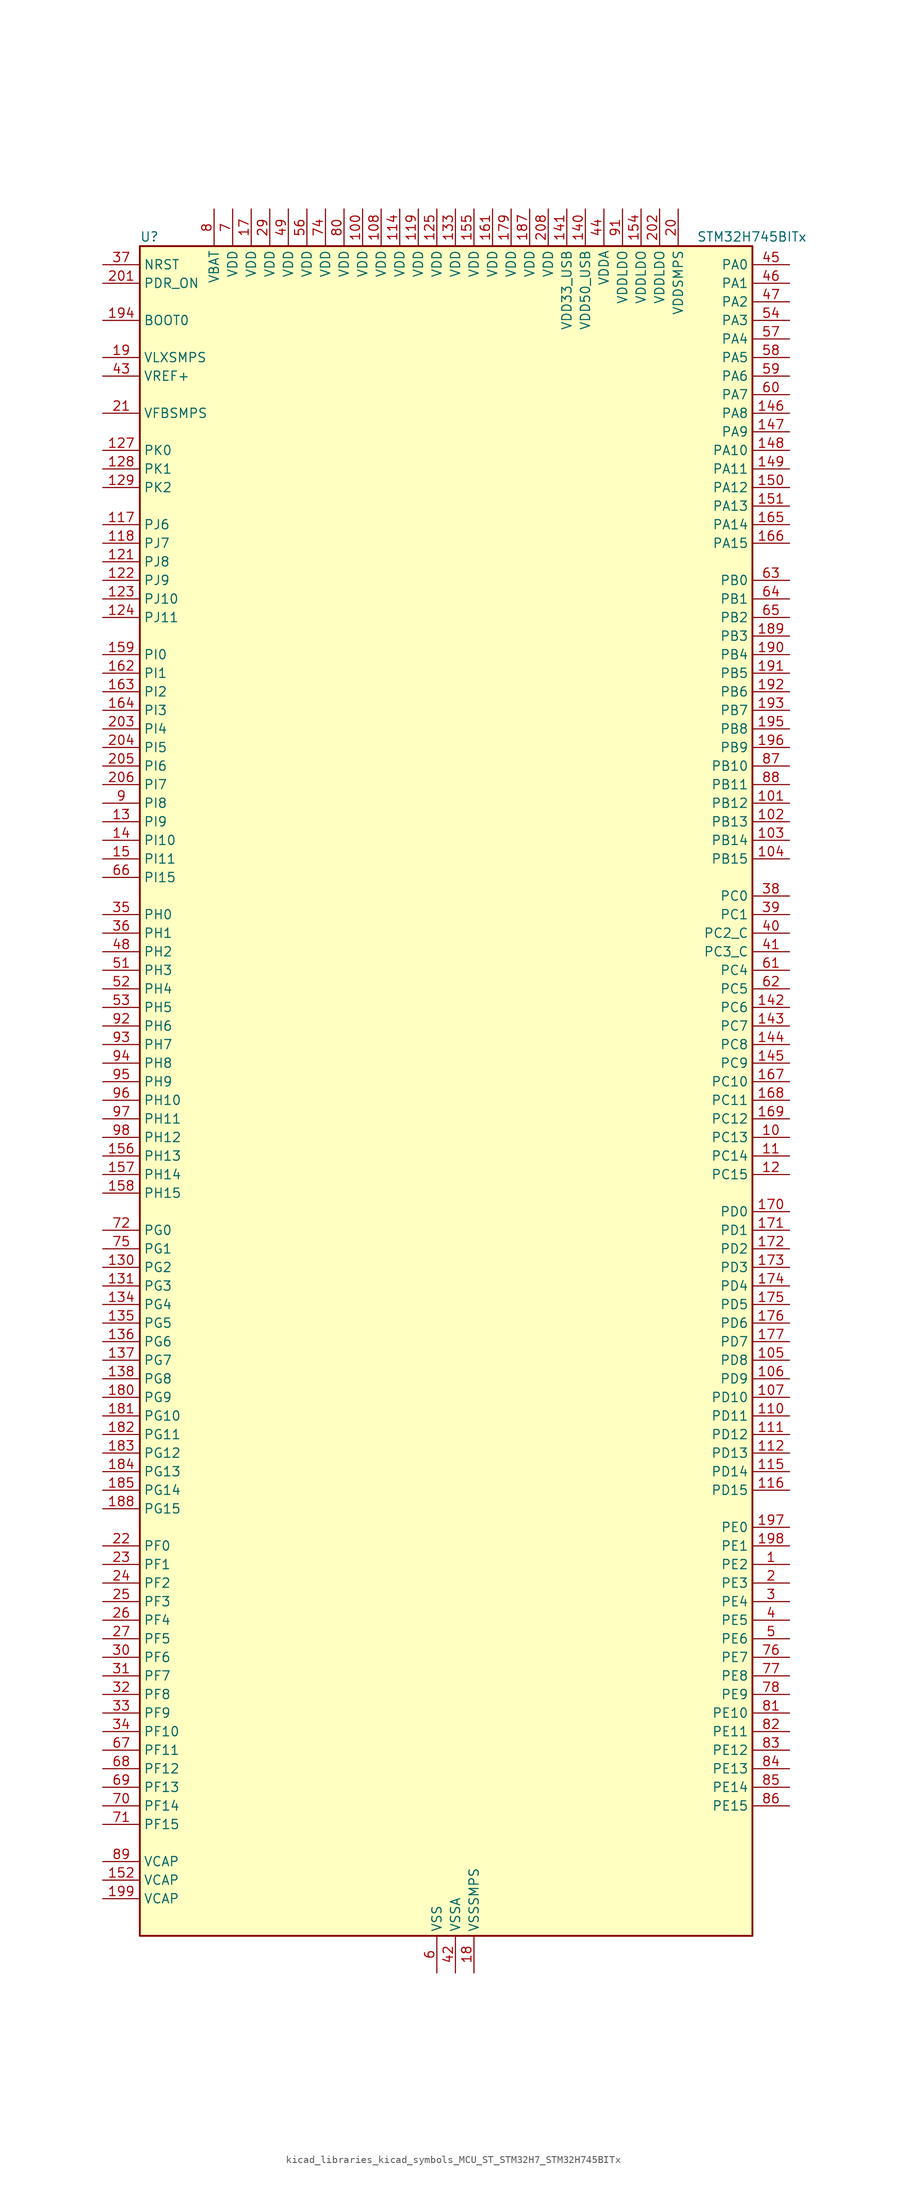
<source format=kicad_sym>
(kicad_symbol_lib
  (version 20220914)
  (generator kicad_symbol_editor)
  (symbol "kicad_libraries_kicad_symbols_MCU_ST_STM32H7_STM32H745BITx"
    (property "Reference" "U"
      (at -40.64 118.11 0)
      (effects (font (size 1.27 1.27)) (justify left)))
    (property "Value" "STM32H745BITx"
      (at 35.56 118.11 0)
      (effects (font (size 1.27 1.27)) (justify left)))
    (property "ki_locked" ""
      (at 0 0 0)
      (effects (font (size 1.27 1.27))))
    (symbol "kicad_libraries_kicad_symbols_MCU_ST_STM32H7_STM32H745BITx_0_1"
      (rectangle (start -40.64 -114.3) (end 43.18 116.84) (stroke (width 0.254) (type default)) (fill (type background))))
    (symbol "kicad_libraries_kicad_symbols_MCU_ST_STM32H7_STM32H745BITx_1_1"
      (pin bidirectional line (at 48.26 -63.5 180) (length 5.08) (name "PE2" (effects (font (size 1.27 1.27)))) (number "1" (effects (font (size 1.27 1.27)))) (alternate "DEBUG_TRACECLK" bidirectional line) (alternate "ETH_TXD3" bidirectional line) (alternate "FMC_A23" bidirectional line) (alternate "QUADSPI_BK1_IO2" bidirectional line) (alternate "SAI1_CK1" bidirectional line) (alternate "SAI1_MCLK_A" bidirectional line) (alternate "SAI4_CK1" bidirectional line) (alternate "SAI4_MCLK_A" bidirectional line) (alternate "SPI4_SCK" bidirectional line))
      (pin bidirectional line (at 48.26 -5.08 180) (length 5.08) (name "PC13" (effects (font (size 1.27 1.27)))) (number "10" (effects (font (size 1.27 1.27)))) (alternate "PWR_WKUP2" bidirectional line) (alternate "RTC_OUT_ALARM" bidirectional line) (alternate "RTC_OUT_CALIB" bidirectional line) (alternate "RTC_TAMP1" bidirectional line) (alternate "RTC_TS" bidirectional line))
      (pin power_in line (at -10.16 121.92 270) (length 5.08) (name "VDD" (effects (font (size 1.27 1.27)))) (number "100" (effects (font (size 1.27 1.27)))))
      (pin bidirectional line (at 48.26 40.64 180) (length 5.08) (name "PB12" (effects (font (size 1.27 1.27)))) (number "101" (effects (font (size 1.27 1.27)))) (alternate "DFSDM1_DATIN1" bidirectional line) (alternate "ETH_TXD0" bidirectional line) (alternate "FDCAN2_RX" bidirectional line) (alternate "I2C2_SMBA" bidirectional line) (alternate "I2S2_WS" bidirectional line) (alternate "SPI2_NSS" bidirectional line) (alternate "TIM1_BKIN" bidirectional line) (alternate "TIM1_BKIN_COMP1" bidirectional line) (alternate "TIM1_BKIN_COMP2" bidirectional line) (alternate "UART5_RX" bidirectional line) (alternate "USART3_CK" bidirectional line) (alternate "USB_OTG_HS_ID" bidirectional line) (alternate "USB_OTG_HS_ULPI_D5" bidirectional line))
      (pin bidirectional line (at 48.26 38.1 180) (length 5.08) (name "PB13" (effects (font (size 1.27 1.27)))) (number "102" (effects (font (size 1.27 1.27)))) (alternate "DFSDM1_CKIN1" bidirectional line) (alternate "ETH_TXD1" bidirectional line) (alternate "FDCAN2_TX" bidirectional line) (alternate "I2S2_CK" bidirectional line) (alternate "LPTIM2_OUT" bidirectional line) (alternate "SPI2_SCK" bidirectional line) (alternate "TIM1_CH1N" bidirectional line) (alternate "UART5_TX" bidirectional line) (alternate "USART3_CTS" bidirectional line) (alternate "USART3_NSS" bidirectional line) (alternate "USB_OTG_HS_ULPI_D6" bidirectional line) (alternate "USB_OTG_HS_VBUS" bidirectional line))
      (pin bidirectional line (at 48.26 35.56 180) (length 5.08) (name "PB14" (effects (font (size 1.27 1.27)))) (number "103" (effects (font (size 1.27 1.27)))) (alternate "DFSDM1_DATIN2" bidirectional line) (alternate "I2S2_SDI" bidirectional line) (alternate "SDMMC2_D0" bidirectional line) (alternate "SPI2_MISO" bidirectional line) (alternate "TIM12_CH1" bidirectional line) (alternate "TIM1_CH2N" bidirectional line) (alternate "TIM8_CH2N" bidirectional line) (alternate "UART4_DE" bidirectional line) (alternate "UART4_RTS" bidirectional line) (alternate "USART1_TX" bidirectional line) (alternate "USART3_DE" bidirectional line) (alternate "USART3_RTS" bidirectional line) (alternate "USB_OTG_HS_DM" bidirectional line))
      (pin bidirectional line (at 48.26 33.02 180) (length 5.08) (name "PB15" (effects (font (size 1.27 1.27)))) (number "104" (effects (font (size 1.27 1.27)))) (alternate "ADC1_EXTI15" bidirectional line) (alternate "ADC2_EXTI15" bidirectional line) (alternate "ADC3_EXTI15" bidirectional line) (alternate "DFSDM1_CKIN2" bidirectional line) (alternate "I2S2_SDO" bidirectional line) (alternate "RTC_REFIN" bidirectional line) (alternate "SDMMC2_D1" bidirectional line) (alternate "SPI2_MOSI" bidirectional line) (alternate "TIM12_CH2" bidirectional line) (alternate "TIM1_CH3N" bidirectional line) (alternate "TIM8_CH3N" bidirectional line) (alternate "UART4_CTS" bidirectional line) (alternate "USART1_RX" bidirectional line) (alternate "USB_OTG_HS_DP" bidirectional line))
      (pin bidirectional line (at 48.26 -35.56 180) (length 5.08) (name "PD8" (effects (font (size 1.27 1.27)))) (number "105" (effects (font (size 1.27 1.27)))) (alternate "DFSDM1_CKIN3" bidirectional line) (alternate "FMC_D13" bidirectional line) (alternate "FMC_DA13" bidirectional line) (alternate "SAI3_SCK_B" bidirectional line) (alternate "SPDIFRX1_IN1" bidirectional line) (alternate "USART3_TX" bidirectional line))
      (pin bidirectional line (at 48.26 -38.1 180) (length 5.08) (name "PD9" (effects (font (size 1.27 1.27)))) (number "106" (effects (font (size 1.27 1.27)))) (alternate "DAC1_EXTI9" bidirectional line) (alternate "DFSDM1_DATIN3" bidirectional line) (alternate "FMC_D14" bidirectional line) (alternate "FMC_DA14" bidirectional line) (alternate "SAI3_SD_B" bidirectional line) (alternate "USART3_RX" bidirectional line))
      (pin bidirectional line (at 48.26 -40.64 180) (length 5.08) (name "PD10" (effects (font (size 1.27 1.27)))) (number "107" (effects (font (size 1.27 1.27)))) (alternate "DFSDM1_CKOUT" bidirectional line) (alternate "FMC_D15" bidirectional line) (alternate "FMC_DA15" bidirectional line) (alternate "LTDC_B3" bidirectional line) (alternate "SAI3_FS_B" bidirectional line) (alternate "USART3_CK" bidirectional line))
      (pin power_in line (at -7.62 121.92 270) (length 5.08) (name "VDD" (effects (font (size 1.27 1.27)))) (number "108" (effects (font (size 1.27 1.27)))))
      (pin passive line (at 0 -119.38 90) (length 5.08) hide (name "VSS" (effects (font (size 1.27 1.27)))) (number "109" (effects (font (size 1.27 1.27)))))
      (pin bidirectional line (at 48.26 -7.62 180) (length 5.08) (name "PC14" (effects (font (size 1.27 1.27)))) (number "11" (effects (font (size 1.27 1.27)))) (alternate "RCC_OSC32_IN" bidirectional line))
      (pin bidirectional line (at 48.26 -43.18 180) (length 5.08) (name "PD11" (effects (font (size 1.27 1.27)))) (number "110" (effects (font (size 1.27 1.27)))) (alternate "ADC1_EXTI11" bidirectional line) (alternate "ADC2_EXTI11" bidirectional line) (alternate "ADC3_EXTI11" bidirectional line) (alternate "FMC_A16" bidirectional line) (alternate "FMC_CLE" bidirectional line) (alternate "I2C4_SMBA" bidirectional line) (alternate "LPTIM2_IN2" bidirectional line) (alternate "QUADSPI_BK1_IO0" bidirectional line) (alternate "SAI2_SD_A" bidirectional line) (alternate "USART3_CTS" bidirectional line) (alternate "USART3_NSS" bidirectional line))
      (pin bidirectional line (at 48.26 -45.72 180) (length 5.08) (name "PD12" (effects (font (size 1.27 1.27)))) (number "111" (effects (font (size 1.27 1.27)))) (alternate "FMC_A17" bidirectional line) (alternate "FMC_ALE" bidirectional line) (alternate "I2C4_SCL" bidirectional line) (alternate "LPTIM1_IN1" bidirectional line) (alternate "LPTIM2_IN1" bidirectional line) (alternate "QUADSPI_BK1_IO1" bidirectional line) (alternate "SAI2_FS_A" bidirectional line) (alternate "TIM4_CH1" bidirectional line) (alternate "USART3_DE" bidirectional line) (alternate "USART3_RTS" bidirectional line))
      (pin bidirectional line (at 48.26 -48.26 180) (length 5.08) (name "PD13" (effects (font (size 1.27 1.27)))) (number "112" (effects (font (size 1.27 1.27)))) (alternate "FMC_A18" bidirectional line) (alternate "I2C4_SDA" bidirectional line) (alternate "LPTIM1_OUT" bidirectional line) (alternate "QUADSPI_BK1_IO3" bidirectional line) (alternate "SAI2_SCK_A" bidirectional line) (alternate "TIM4_CH2" bidirectional line))
      (pin passive line (at 0 -119.38 90) (length 5.08) hide (name "VSS" (effects (font (size 1.27 1.27)))) (number "113" (effects (font (size 1.27 1.27)))))
      (pin power_in line (at -5.08 121.92 270) (length 5.08) (name "VDD" (effects (font (size 1.27 1.27)))) (number "114" (effects (font (size 1.27 1.27)))))
      (pin bidirectional line (at 48.26 -50.8 180) (length 5.08) (name "PD14" (effects (font (size 1.27 1.27)))) (number "115" (effects (font (size 1.27 1.27)))) (alternate "FMC_D0" bidirectional line) (alternate "FMC_DA0" bidirectional line) (alternate "SAI3_MCLK_B" bidirectional line) (alternate "TIM4_CH3" bidirectional line) (alternate "UART8_CTS" bidirectional line))
      (pin bidirectional line (at 48.26 -53.34 180) (length 5.08) (name "PD15" (effects (font (size 1.27 1.27)))) (number "116" (effects (font (size 1.27 1.27)))) (alternate "ADC1_EXTI15" bidirectional line) (alternate "ADC2_EXTI15" bidirectional line) (alternate "ADC3_EXTI15" bidirectional line) (alternate "FMC_D1" bidirectional line) (alternate "FMC_DA1" bidirectional line) (alternate "SAI3_MCLK_A" bidirectional line) (alternate "TIM4_CH4" bidirectional line) (alternate "UART8_DE" bidirectional line) (alternate "UART8_RTS" bidirectional line))
      (pin bidirectional line (at -45.72 78.74 0) (length 5.08) (name "PJ6" (effects (font (size 1.27 1.27)))) (number "117" (effects (font (size 1.27 1.27)))) (alternate "LTDC_R7" bidirectional line) (alternate "TIM8_CH2" bidirectional line))
      (pin bidirectional line (at -45.72 76.2 0) (length 5.08) (name "PJ7" (effects (font (size 1.27 1.27)))) (number "118" (effects (font (size 1.27 1.27)))) (alternate "DEBUG_TRGIN" bidirectional line) (alternate "LTDC_G0" bidirectional line) (alternate "TIM8_CH2N" bidirectional line))
      (pin power_in line (at -2.54 121.92 270) (length 5.08) (name "VDD" (effects (font (size 1.27 1.27)))) (number "119" (effects (font (size 1.27 1.27)))))
      (pin bidirectional line (at 48.26 -10.16 180) (length 5.08) (name "PC15" (effects (font (size 1.27 1.27)))) (number "12" (effects (font (size 1.27 1.27)))) (alternate "ADC1_EXTI15" bidirectional line) (alternate "ADC2_EXTI15" bidirectional line) (alternate "ADC3_EXTI15" bidirectional line) (alternate "RCC_OSC32_OUT" bidirectional line))
      (pin passive line (at 0 -119.38 90) (length 5.08) hide (name "VSS" (effects (font (size 1.27 1.27)))) (number "120" (effects (font (size 1.27 1.27)))))
      (pin bidirectional line (at -45.72 73.66 0) (length 5.08) (name "PJ8" (effects (font (size 1.27 1.27)))) (number "121" (effects (font (size 1.27 1.27)))) (alternate "LTDC_G1" bidirectional line) (alternate "TIM1_CH3N" bidirectional line) (alternate "TIM8_CH1" bidirectional line) (alternate "UART8_TX" bidirectional line))
      (pin bidirectional line (at -45.72 71.12 0) (length 5.08) (name "PJ9" (effects (font (size 1.27 1.27)))) (number "122" (effects (font (size 1.27 1.27)))) (alternate "DAC1_EXTI9" bidirectional line) (alternate "LTDC_G2" bidirectional line) (alternate "TIM1_CH3" bidirectional line) (alternate "TIM8_CH1N" bidirectional line) (alternate "UART8_RX" bidirectional line))
      (pin bidirectional line (at -45.72 68.58 0) (length 5.08) (name "PJ10" (effects (font (size 1.27 1.27)))) (number "123" (effects (font (size 1.27 1.27)))) (alternate "LTDC_G3" bidirectional line) (alternate "SPI5_MOSI" bidirectional line) (alternate "TIM1_CH2N" bidirectional line) (alternate "TIM8_CH2" bidirectional line))
      (pin bidirectional line (at -45.72 66.04 0) (length 5.08) (name "PJ11" (effects (font (size 1.27 1.27)))) (number "124" (effects (font (size 1.27 1.27)))) (alternate "ADC1_EXTI11" bidirectional line) (alternate "ADC2_EXTI11" bidirectional line) (alternate "ADC3_EXTI11" bidirectional line) (alternate "LTDC_G4" bidirectional line) (alternate "SPI5_MISO" bidirectional line) (alternate "TIM1_CH2" bidirectional line) (alternate "TIM8_CH2N" bidirectional line))
      (pin power_in line (at 0 121.92 270) (length 5.08) (name "VDD" (effects (font (size 1.27 1.27)))) (number "125" (effects (font (size 1.27 1.27)))))
      (pin passive line (at 0 -119.38 90) (length 5.08) hide (name "VSS" (effects (font (size 1.27 1.27)))) (number "126" (effects (font (size 1.27 1.27)))))
      (pin bidirectional line (at -45.72 88.9 0) (length 5.08) (name "PK0" (effects (font (size 1.27 1.27)))) (number "127" (effects (font (size 1.27 1.27)))) (alternate "LTDC_G5" bidirectional line) (alternate "SPI5_SCK" bidirectional line) (alternate "TIM1_CH1N" bidirectional line) (alternate "TIM8_CH3" bidirectional line))
      (pin bidirectional line (at -45.72 86.36 0) (length 5.08) (name "PK1" (effects (font (size 1.27 1.27)))) (number "128" (effects (font (size 1.27 1.27)))) (alternate "LTDC_G6" bidirectional line) (alternate "SPI5_NSS" bidirectional line) (alternate "TIM1_CH1" bidirectional line) (alternate "TIM8_CH3N" bidirectional line))
      (pin bidirectional line (at -45.72 83.82 0) (length 5.08) (name "PK2" (effects (font (size 1.27 1.27)))) (number "129" (effects (font (size 1.27 1.27)))) (alternate "LTDC_G7" bidirectional line) (alternate "TIM1_BKIN" bidirectional line) (alternate "TIM1_BKIN_COMP1" bidirectional line) (alternate "TIM1_BKIN_COMP2" bidirectional line) (alternate "TIM8_BKIN" bidirectional line) (alternate "TIM8_BKIN_COMP1" bidirectional line) (alternate "TIM8_BKIN_COMP2" bidirectional line))
      (pin bidirectional line (at -45.72 38.1 0) (length 5.08) (name "PI9" (effects (font (size 1.27 1.27)))) (number "13" (effects (font (size 1.27 1.27)))) (alternate "DAC1_EXTI9" bidirectional line) (alternate "FDCAN1_RX" bidirectional line) (alternate "FMC_D30" bidirectional line) (alternate "LTDC_VSYNC" bidirectional line) (alternate "UART4_RX" bidirectional line))
      (pin bidirectional line (at -45.72 -22.86 0) (length 5.08) (name "PG2" (effects (font (size 1.27 1.27)))) (number "130" (effects (font (size 1.27 1.27)))) (alternate "FMC_A12" bidirectional line) (alternate "TIM8_BKIN" bidirectional line) (alternate "TIM8_BKIN_COMP1" bidirectional line) (alternate "TIM8_BKIN_COMP2" bidirectional line))
      (pin bidirectional line (at -45.72 -25.4 0) (length 5.08) (name "PG3" (effects (font (size 1.27 1.27)))) (number "131" (effects (font (size 1.27 1.27)))) (alternate "FMC_A13" bidirectional line) (alternate "TIM8_BKIN2" bidirectional line) (alternate "TIM8_BKIN2_COMP1" bidirectional line) (alternate "TIM8_BKIN2_COMP2" bidirectional line))
      (pin passive line (at 0 -119.38 90) (length 5.08) hide (name "VSS" (effects (font (size 1.27 1.27)))) (number "132" (effects (font (size 1.27 1.27)))))
      (pin power_in line (at 2.54 121.92 270) (length 5.08) (name "VDD" (effects (font (size 1.27 1.27)))) (number "133" (effects (font (size 1.27 1.27)))))
      (pin bidirectional line (at -45.72 -27.94 0) (length 5.08) (name "PG4" (effects (font (size 1.27 1.27)))) (number "134" (effects (font (size 1.27 1.27)))) (alternate "FMC_A14" bidirectional line) (alternate "FMC_BA0" bidirectional line) (alternate "TIM1_BKIN2" bidirectional line) (alternate "TIM1_BKIN2_COMP1" bidirectional line) (alternate "TIM1_BKIN2_COMP2" bidirectional line))
      (pin bidirectional line (at -45.72 -30.48 0) (length 5.08) (name "PG5" (effects (font (size 1.27 1.27)))) (number "135" (effects (font (size 1.27 1.27)))) (alternate "FMC_A15" bidirectional line) (alternate "FMC_BA1" bidirectional line) (alternate "TIM1_ETR" bidirectional line))
      (pin bidirectional line (at -45.72 -33.02 0) (length 5.08) (name "PG6" (effects (font (size 1.27 1.27)))) (number "136" (effects (font (size 1.27 1.27)))) (alternate "DCMI_D12" bidirectional line) (alternate "FMC_NE3" bidirectional line) (alternate "HRTIM_CHE1" bidirectional line) (alternate "LTDC_R7" bidirectional line) (alternate "QUADSPI_BK1_NCS" bidirectional line) (alternate "TIM17_BKIN" bidirectional line))
      (pin bidirectional line (at -45.72 -35.56 0) (length 5.08) (name "PG7" (effects (font (size 1.27 1.27)))) (number "137" (effects (font (size 1.27 1.27)))) (alternate "DCMI_D13" bidirectional line) (alternate "FMC_INT" bidirectional line) (alternate "HRTIM_CHE2" bidirectional line) (alternate "LTDC_CLK" bidirectional line) (alternate "SAI1_MCLK_A" bidirectional line) (alternate "USART6_CK" bidirectional line))
      (pin bidirectional line (at -45.72 -38.1 0) (length 5.08) (name "PG8" (effects (font (size 1.27 1.27)))) (number "138" (effects (font (size 1.27 1.27)))) (alternate "ETH_PPS_OUT" bidirectional line) (alternate "FMC_SDCLK" bidirectional line) (alternate "LTDC_G7" bidirectional line) (alternate "SPDIFRX1_IN2" bidirectional line) (alternate "SPI6_NSS" bidirectional line) (alternate "TIM8_ETR" bidirectional line) (alternate "USART6_DE" bidirectional line) (alternate "USART6_RTS" bidirectional line))
      (pin passive line (at 0 -119.38 90) (length 5.08) hide (name "VSS" (effects (font (size 1.27 1.27)))) (number "139" (effects (font (size 1.27 1.27)))))
      (pin bidirectional line (at -45.72 35.56 0) (length 5.08) (name "PI10" (effects (font (size 1.27 1.27)))) (number "14" (effects (font (size 1.27 1.27)))) (alternate "ETH_RX_ER" bidirectional line) (alternate "FMC_D31" bidirectional line) (alternate "LTDC_HSYNC" bidirectional line))
      (pin power_in line (at 20.32 121.92 270) (length 5.08) (name "VDD50_USB" (effects (font (size 1.27 1.27)))) (number "140" (effects (font (size 1.27 1.27)))))
      (pin power_in line (at 17.78 121.92 270) (length 5.08) (name "VDD33_USB" (effects (font (size 1.27 1.27)))) (number "141" (effects (font (size 1.27 1.27)))))
      (pin bidirectional line (at 48.26 12.7 180) (length 5.08) (name "PC6" (effects (font (size 1.27 1.27)))) (number "142" (effects (font (size 1.27 1.27)))) (alternate "DCMI_D0" bidirectional line) (alternate "DFSDM1_CKIN3" bidirectional line) (alternate "FMC_NWAIT" bidirectional line) (alternate "HRTIM_CHA1" bidirectional line) (alternate "I2S2_MCK" bidirectional line) (alternate "LTDC_HSYNC" bidirectional line) (alternate "SDMMC1_D0DIR" bidirectional line) (alternate "SDMMC1_D6" bidirectional line) (alternate "SDMMC2_D6" bidirectional line) (alternate "SWPMI1_IO" bidirectional line) (alternate "TIM3_CH1" bidirectional line) (alternate "TIM8_CH1" bidirectional line) (alternate "USART6_TX" bidirectional line))
      (pin bidirectional line (at 48.26 10.16 180) (length 5.08) (name "PC7" (effects (font (size 1.27 1.27)))) (number "143" (effects (font (size 1.27 1.27)))) (alternate "DCMI_D1" bidirectional line) (alternate "DEBUG_TRGIO" bidirectional line) (alternate "DFSDM1_DATIN3" bidirectional line) (alternate "FMC_NE1" bidirectional line) (alternate "HRTIM_CHA2" bidirectional line) (alternate "I2S3_MCK" bidirectional line) (alternate "LTDC_G6" bidirectional line) (alternate "SDMMC1_D123DIR" bidirectional line) (alternate "SDMMC1_D7" bidirectional line) (alternate "SDMMC2_D7" bidirectional line) (alternate "SWPMI1_TX" bidirectional line) (alternate "TIM3_CH2" bidirectional line) (alternate "TIM8_CH2" bidirectional line) (alternate "USART6_RX" bidirectional line))
      (pin bidirectional line (at 48.26 7.62 180) (length 5.08) (name "PC8" (effects (font (size 1.27 1.27)))) (number "144" (effects (font (size 1.27 1.27)))) (alternate "DCMI_D2" bidirectional line) (alternate "DEBUG_TRACED1" bidirectional line) (alternate "FMC_NCE" bidirectional line) (alternate "FMC_NE2" bidirectional line) (alternate "HRTIM_CHB1" bidirectional line) (alternate "SDMMC1_D0" bidirectional line) (alternate "SWPMI1_RX" bidirectional line) (alternate "TIM3_CH3" bidirectional line) (alternate "TIM8_CH3" bidirectional line) (alternate "UART5_DE" bidirectional line) (alternate "UART5_RTS" bidirectional line) (alternate "USART6_CK" bidirectional line))
      (pin bidirectional line (at 48.26 5.08 180) (length 5.08) (name "PC9" (effects (font (size 1.27 1.27)))) (number "145" (effects (font (size 1.27 1.27)))) (alternate "DAC1_EXTI9" bidirectional line) (alternate "DCMI_D3" bidirectional line) (alternate "I2C3_SDA" bidirectional line) (alternate "I2S_CKIN" bidirectional line) (alternate "LTDC_B2" bidirectional line) (alternate "LTDC_G3" bidirectional line) (alternate "QUADSPI_BK1_IO0" bidirectional line) (alternate "RCC_MCO_2" bidirectional line) (alternate "SDMMC1_D1" bidirectional line) (alternate "SWPMI1_SUSPEND" bidirectional line) (alternate "TIM3_CH4" bidirectional line) (alternate "TIM8_CH4" bidirectional line) (alternate "UART5_CTS" bidirectional line))
      (pin bidirectional line (at 48.26 93.98 180) (length 5.08) (name "PA8" (effects (font (size 1.27 1.27)))) (number "146" (effects (font (size 1.27 1.27)))) (alternate "HRTIM_CHB2" bidirectional line) (alternate "I2C3_SCL" bidirectional line) (alternate "LTDC_B3" bidirectional line) (alternate "LTDC_R6" bidirectional line) (alternate "RCC_MCO_1" bidirectional line) (alternate "TIM1_CH1" bidirectional line) (alternate "TIM8_BKIN2" bidirectional line) (alternate "TIM8_BKIN2_COMP1" bidirectional line) (alternate "TIM8_BKIN2_COMP2" bidirectional line) (alternate "UART7_RX" bidirectional line) (alternate "USART1_CK" bidirectional line) (alternate "USB_OTG_FS_SOF" bidirectional line))
      (pin bidirectional line (at 48.26 91.44 180) (length 5.08) (name "PA9" (effects (font (size 1.27 1.27)))) (number "147" (effects (font (size 1.27 1.27)))) (alternate "DAC1_EXTI9" bidirectional line) (alternate "DCMI_D0" bidirectional line) (alternate "HRTIM_CHC1" bidirectional line) (alternate "I2C3_SMBA" bidirectional line) (alternate "I2S2_CK" bidirectional line) (alternate "LPUART1_TX" bidirectional line) (alternate "LTDC_R5" bidirectional line) (alternate "SPI2_SCK" bidirectional line) (alternate "TIM1_CH2" bidirectional line) (alternate "USART1_TX" bidirectional line) (alternate "USB_OTG_FS_VBUS" bidirectional line))
      (pin bidirectional line (at 48.26 88.9 180) (length 5.08) (name "PA10" (effects (font (size 1.27 1.27)))) (number "148" (effects (font (size 1.27 1.27)))) (alternate "DCMI_D1" bidirectional line) (alternate "HRTIM_CHC2" bidirectional line) (alternate "LPUART1_RX" bidirectional line) (alternate "LTDC_B1" bidirectional line) (alternate "LTDC_B4" bidirectional line) (alternate "MDIOS_MDIO" bidirectional line) (alternate "TIM1_CH3" bidirectional line) (alternate "USART1_RX" bidirectional line) (alternate "USB_OTG_FS_ID" bidirectional line))
      (pin bidirectional line (at 48.26 86.36 180) (length 5.08) (name "PA11" (effects (font (size 1.27 1.27)))) (number "149" (effects (font (size 1.27 1.27)))) (alternate "ADC1_EXTI11" bidirectional line) (alternate "ADC2_EXTI11" bidirectional line) (alternate "ADC3_EXTI11" bidirectional line) (alternate "FDCAN1_RX" bidirectional line) (alternate "HRTIM_CHD1" bidirectional line) (alternate "I2S2_WS" bidirectional line) (alternate "LPUART1_CTS" bidirectional line) (alternate "LTDC_R4" bidirectional line) (alternate "SPI2_NSS" bidirectional line) (alternate "TIM1_CH4" bidirectional line) (alternate "UART4_RX" bidirectional line) (alternate "USART1_CTS" bidirectional line) (alternate "USART1_NSS" bidirectional line) (alternate "USB_OTG_FS_DM" bidirectional line))
      (pin bidirectional line (at -45.72 33.02 0) (length 5.08) (name "PI11" (effects (font (size 1.27 1.27)))) (number "15" (effects (font (size 1.27 1.27)))) (alternate "ADC1_EXTI11" bidirectional line) (alternate "ADC2_EXTI11" bidirectional line) (alternate "ADC3_EXTI11" bidirectional line) (alternate "LTDC_G6" bidirectional line) (alternate "PWR_WKUP4" bidirectional line) (alternate "USB_OTG_HS_ULPI_DIR" bidirectional line))
      (pin bidirectional line (at 48.26 83.82 180) (length 5.08) (name "PA12" (effects (font (size 1.27 1.27)))) (number "150" (effects (font (size 1.27 1.27)))) (alternate "FDCAN1_TX" bidirectional line) (alternate "HRTIM_CHD2" bidirectional line) (alternate "I2S2_CK" bidirectional line) (alternate "LPUART1_DE" bidirectional line) (alternate "LPUART1_RTS" bidirectional line) (alternate "LTDC_R5" bidirectional line) (alternate "SAI2_FS_B" bidirectional line) (alternate "SPI2_SCK" bidirectional line) (alternate "TIM1_ETR" bidirectional line) (alternate "UART4_TX" bidirectional line) (alternate "USART1_DE" bidirectional line) (alternate "USART1_RTS" bidirectional line) (alternate "USB_OTG_FS_DP" bidirectional line))
      (pin bidirectional line (at 48.26 81.28 180) (length 5.08) (name "PA13" (effects (font (size 1.27 1.27)))) (number "151" (effects (font (size 1.27 1.27)))) (alternate "DEBUG_JTMS-SWDIO" bidirectional line))
      (pin power_out line (at -45.72 -106.68 0) (length 5.08) (name "VCAP" (effects (font (size 1.27 1.27)))) (number "152" (effects (font (size 1.27 1.27)))))
      (pin passive line (at 0 -119.38 90) (length 5.08) hide (name "VSS" (effects (font (size 1.27 1.27)))) (number "153" (effects (font (size 1.27 1.27)))))
      (pin power_in line (at 27.94 121.92 270) (length 5.08) (name "VDDLDO" (effects (font (size 1.27 1.27)))) (number "154" (effects (font (size 1.27 1.27)))))
      (pin power_in line (at 5.08 121.92 270) (length 5.08) (name "VDD" (effects (font (size 1.27 1.27)))) (number "155" (effects (font (size 1.27 1.27)))))
      (pin bidirectional line (at -45.72 -7.62 0) (length 5.08) (name "PH13" (effects (font (size 1.27 1.27)))) (number "156" (effects (font (size 1.27 1.27)))) (alternate "FDCAN1_TX" bidirectional line) (alternate "FMC_D21" bidirectional line) (alternate "LTDC_G2" bidirectional line) (alternate "TIM8_CH1N" bidirectional line) (alternate "UART4_TX" bidirectional line))
      (pin bidirectional line (at -45.72 -10.16 0) (length 5.08) (name "PH14" (effects (font (size 1.27 1.27)))) (number "157" (effects (font (size 1.27 1.27)))) (alternate "DCMI_D4" bidirectional line) (alternate "FDCAN1_RX" bidirectional line) (alternate "FMC_D22" bidirectional line) (alternate "LTDC_G3" bidirectional line) (alternate "TIM8_CH2N" bidirectional line) (alternate "UART4_RX" bidirectional line))
      (pin bidirectional line (at -45.72 -12.7 0) (length 5.08) (name "PH15" (effects (font (size 1.27 1.27)))) (number "158" (effects (font (size 1.27 1.27)))) (alternate "ADC1_EXTI15" bidirectional line) (alternate "ADC2_EXTI15" bidirectional line) (alternate "ADC3_EXTI15" bidirectional line) (alternate "DCMI_D11" bidirectional line) (alternate "FMC_D23" bidirectional line) (alternate "LTDC_G4" bidirectional line) (alternate "TIM8_CH3N" bidirectional line))
      (pin bidirectional line (at -45.72 60.96 0) (length 5.08) (name "PI0" (effects (font (size 1.27 1.27)))) (number "159" (effects (font (size 1.27 1.27)))) (alternate "DCMI_D13" bidirectional line) (alternate "FMC_D24" bidirectional line) (alternate "I2S2_WS" bidirectional line) (alternate "LTDC_G5" bidirectional line) (alternate "SPI2_NSS" bidirectional line) (alternate "TIM5_CH4" bidirectional line))
      (pin passive line (at 0 -119.38 90) (length 5.08) hide (name "VSS" (effects (font (size 1.27 1.27)))) (number "16" (effects (font (size 1.27 1.27)))))
      (pin passive line (at 0 -119.38 90) (length 5.08) hide (name "VSS" (effects (font (size 1.27 1.27)))) (number "160" (effects (font (size 1.27 1.27)))))
      (pin power_in line (at 7.62 121.92 270) (length 5.08) (name "VDD" (effects (font (size 1.27 1.27)))) (number "161" (effects (font (size 1.27 1.27)))))
      (pin bidirectional line (at -45.72 58.42 0) (length 5.08) (name "PI1" (effects (font (size 1.27 1.27)))) (number "162" (effects (font (size 1.27 1.27)))) (alternate "DCMI_D8" bidirectional line) (alternate "FMC_D25" bidirectional line) (alternate "I2S2_CK" bidirectional line) (alternate "LTDC_G6" bidirectional line) (alternate "SPI2_SCK" bidirectional line) (alternate "TIM8_BKIN2" bidirectional line) (alternate "TIM8_BKIN2_COMP1" bidirectional line) (alternate "TIM8_BKIN2_COMP2" bidirectional line))
      (pin bidirectional line (at -45.72 55.88 0) (length 5.08) (name "PI2" (effects (font (size 1.27 1.27)))) (number "163" (effects (font (size 1.27 1.27)))) (alternate "DCMI_D9" bidirectional line) (alternate "FMC_D26" bidirectional line) (alternate "I2S2_SDI" bidirectional line) (alternate "LTDC_G7" bidirectional line) (alternate "SPI2_MISO" bidirectional line) (alternate "TIM8_CH4" bidirectional line))
      (pin bidirectional line (at -45.72 53.34 0) (length 5.08) (name "PI3" (effects (font (size 1.27 1.27)))) (number "164" (effects (font (size 1.27 1.27)))) (alternate "DCMI_D10" bidirectional line) (alternate "FMC_D27" bidirectional line) (alternate "I2S2_SDO" bidirectional line) (alternate "SPI2_MOSI" bidirectional line) (alternate "TIM8_ETR" bidirectional line))
      (pin bidirectional line (at 48.26 78.74 180) (length 5.08) (name "PA14" (effects (font (size 1.27 1.27)))) (number "165" (effects (font (size 1.27 1.27)))) (alternate "DEBUG_JTCK-SWCLK" bidirectional line))
      (pin bidirectional line (at 48.26 76.2 180) (length 5.08) (name "PA15" (effects (font (size 1.27 1.27)))) (number "166" (effects (font (size 1.27 1.27)))) (alternate "ADC1_EXTI15" bidirectional line) (alternate "ADC2_EXTI15" bidirectional line) (alternate "ADC3_EXTI15" bidirectional line) (alternate "CEC" bidirectional line) (alternate "DEBUG_JTDI" bidirectional line) (alternate "HRTIM_FLT1" bidirectional line) (alternate "I2S1_WS" bidirectional line) (alternate "I2S3_WS" bidirectional line) (alternate "SPI1_NSS" bidirectional line) (alternate "SPI3_NSS" bidirectional line) (alternate "SPI6_NSS" bidirectional line) (alternate "TIM2_CH1" bidirectional line) (alternate "TIM2_ETR" bidirectional line) (alternate "UART4_DE" bidirectional line) (alternate "UART4_RTS" bidirectional line) (alternate "UART7_TX" bidirectional line))
      (pin bidirectional line (at 48.26 2.54 180) (length 5.08) (name "PC10" (effects (font (size 1.27 1.27)))) (number "167" (effects (font (size 1.27 1.27)))) (alternate "DCMI_D8" bidirectional line) (alternate "DFSDM1_CKIN5" bidirectional line) (alternate "HRTIM_EEV1" bidirectional line) (alternate "I2S3_CK" bidirectional line) (alternate "LTDC_R2" bidirectional line) (alternate "QUADSPI_BK1_IO1" bidirectional line) (alternate "SDMMC1_D2" bidirectional line) (alternate "SPI3_SCK" bidirectional line) (alternate "UART4_TX" bidirectional line) (alternate "USART3_TX" bidirectional line))
      (pin bidirectional line (at 48.26 0 180) (length 5.08) (name "PC11" (effects (font (size 1.27 1.27)))) (number "168" (effects (font (size 1.27 1.27)))) (alternate "ADC1_EXTI11" bidirectional line) (alternate "ADC2_EXTI11" bidirectional line) (alternate "ADC3_EXTI11" bidirectional line) (alternate "DCMI_D4" bidirectional line) (alternate "DFSDM1_DATIN5" bidirectional line) (alternate "HRTIM_FLT2" bidirectional line) (alternate "I2S3_SDI" bidirectional line) (alternate "QUADSPI_BK2_NCS" bidirectional line) (alternate "SDMMC1_D3" bidirectional line) (alternate "SPI3_MISO" bidirectional line) (alternate "UART4_RX" bidirectional line) (alternate "USART3_RX" bidirectional line))
      (pin bidirectional line (at 48.26 -2.54 180) (length 5.08) (name "PC12" (effects (font (size 1.27 1.27)))) (number "169" (effects (font (size 1.27 1.27)))) (alternate "DCMI_D9" bidirectional line) (alternate "DEBUG_TRACED3" bidirectional line) (alternate "HRTIM_EEV2" bidirectional line) (alternate "I2S3_SDO" bidirectional line) (alternate "SDMMC1_CK" bidirectional line) (alternate "SPI3_MOSI" bidirectional line) (alternate "UART5_TX" bidirectional line) (alternate "USART3_CK" bidirectional line))
      (pin power_in line (at -25.4 121.92 270) (length 5.08) (name "VDD" (effects (font (size 1.27 1.27)))) (number "17" (effects (font (size 1.27 1.27)))))
      (pin bidirectional line (at 48.26 -15.24 180) (length 5.08) (name "PD0" (effects (font (size 1.27 1.27)))) (number "170" (effects (font (size 1.27 1.27)))) (alternate "DFSDM1_CKIN6" bidirectional line) (alternate "FDCAN1_RX" bidirectional line) (alternate "FMC_D2" bidirectional line) (alternate "FMC_DA2" bidirectional line) (alternate "SAI3_SCK_A" bidirectional line) (alternate "UART4_RX" bidirectional line))
      (pin bidirectional line (at 48.26 -17.78 180) (length 5.08) (name "PD1" (effects (font (size 1.27 1.27)))) (number "171" (effects (font (size 1.27 1.27)))) (alternate "DFSDM1_DATIN6" bidirectional line) (alternate "FDCAN1_TX" bidirectional line) (alternate "FMC_D3" bidirectional line) (alternate "FMC_DA3" bidirectional line) (alternate "SAI3_SD_A" bidirectional line) (alternate "UART4_TX" bidirectional line))
      (pin bidirectional line (at 48.26 -20.32 180) (length 5.08) (name "PD2" (effects (font (size 1.27 1.27)))) (number "172" (effects (font (size 1.27 1.27)))) (alternate "DCMI_D11" bidirectional line) (alternate "DEBUG_TRACED2" bidirectional line) (alternate "SDMMC1_CMD" bidirectional line) (alternate "TIM3_ETR" bidirectional line) (alternate "UART5_RX" bidirectional line))
      (pin bidirectional line (at 48.26 -22.86 180) (length 5.08) (name "PD3" (effects (font (size 1.27 1.27)))) (number "173" (effects (font (size 1.27 1.27)))) (alternate "DCMI_D5" bidirectional line) (alternate "DFSDM1_CKOUT" bidirectional line) (alternate "FMC_CLK" bidirectional line) (alternate "I2S2_CK" bidirectional line) (alternate "LTDC_G7" bidirectional line) (alternate "SPI2_SCK" bidirectional line) (alternate "USART2_CTS" bidirectional line) (alternate "USART2_NSS" bidirectional line))
      (pin bidirectional line (at 48.26 -25.4 180) (length 5.08) (name "PD4" (effects (font (size 1.27 1.27)))) (number "174" (effects (font (size 1.27 1.27)))) (alternate "FMC_NOE" bidirectional line) (alternate "HRTIM_FLT3" bidirectional line) (alternate "SAI3_FS_A" bidirectional line) (alternate "USART2_DE" bidirectional line) (alternate "USART2_RTS" bidirectional line))
      (pin bidirectional line (at 48.26 -27.94 180) (length 5.08) (name "PD5" (effects (font (size 1.27 1.27)))) (number "175" (effects (font (size 1.27 1.27)))) (alternate "FMC_NWE" bidirectional line) (alternate "HRTIM_EEV3" bidirectional line) (alternate "USART2_TX" bidirectional line))
      (pin bidirectional line (at 48.26 -30.48 180) (length 5.08) (name "PD6" (effects (font (size 1.27 1.27)))) (number "176" (effects (font (size 1.27 1.27)))) (alternate "DCMI_D10" bidirectional line) (alternate "DFSDM1_CKIN4" bidirectional line) (alternate "DFSDM1_DATIN1" bidirectional line) (alternate "FMC_NWAIT" bidirectional line) (alternate "I2S3_SDO" bidirectional line) (alternate "LTDC_B2" bidirectional line) (alternate "SAI1_D1" bidirectional line) (alternate "SAI1_SD_A" bidirectional line) (alternate "SAI4_D1" bidirectional line) (alternate "SAI4_SD_A" bidirectional line) (alternate "SDMMC2_CK" bidirectional line) (alternate "SPI3_MOSI" bidirectional line) (alternate "USART2_RX" bidirectional line))
      (pin bidirectional line (at 48.26 -33.02 180) (length 5.08) (name "PD7" (effects (font (size 1.27 1.27)))) (number "177" (effects (font (size 1.27 1.27)))) (alternate "DFSDM1_CKIN1" bidirectional line) (alternate "DFSDM1_DATIN4" bidirectional line) (alternate "FMC_NE1" bidirectional line) (alternate "I2S1_SDO" bidirectional line) (alternate "SDMMC2_CMD" bidirectional line) (alternate "SPDIFRX1_IN0" bidirectional line) (alternate "SPI1_MOSI" bidirectional line) (alternate "USART2_CK" bidirectional line))
      (pin passive line (at 0 -119.38 90) (length 5.08) hide (name "VSS" (effects (font (size 1.27 1.27)))) (number "178" (effects (font (size 1.27 1.27)))))
      (pin power_in line (at 10.16 121.92 270) (length 5.08) (name "VDD" (effects (font (size 1.27 1.27)))) (number "179" (effects (font (size 1.27 1.27)))))
      (pin power_in line (at 5.08 -119.38 90) (length 5.08) (name "VSSSMPS" (effects (font (size 1.27 1.27)))) (number "18" (effects (font (size 1.27 1.27)))))
      (pin bidirectional line (at -45.72 -40.64 0) (length 5.08) (name "PG9" (effects (font (size 1.27 1.27)))) (number "180" (effects (font (size 1.27 1.27)))) (alternate "DAC1_EXTI9" bidirectional line) (alternate "DCMI_VSYNC" bidirectional line) (alternate "FMC_NCE" bidirectional line) (alternate "FMC_NE2" bidirectional line) (alternate "I2S1_SDI" bidirectional line) (alternate "QUADSPI_BK2_IO2" bidirectional line) (alternate "SAI2_FS_B" bidirectional line) (alternate "SPDIFRX1_IN3" bidirectional line) (alternate "SPI1_MISO" bidirectional line) (alternate "USART6_RX" bidirectional line))
      (pin bidirectional line (at -45.72 -43.18 0) (length 5.08) (name "PG10" (effects (font (size 1.27 1.27)))) (number "181" (effects (font (size 1.27 1.27)))) (alternate "DCMI_D2" bidirectional line) (alternate "FMC_NE3" bidirectional line) (alternate "HRTIM_FLT5" bidirectional line) (alternate "I2S1_WS" bidirectional line) (alternate "LTDC_B2" bidirectional line) (alternate "LTDC_G3" bidirectional line) (alternate "SAI2_SD_B" bidirectional line) (alternate "SPI1_NSS" bidirectional line))
      (pin bidirectional line (at -45.72 -45.72 0) (length 5.08) (name "PG11" (effects (font (size 1.27 1.27)))) (number "182" (effects (font (size 1.27 1.27)))) (alternate "ADC1_EXTI11" bidirectional line) (alternate "ADC2_EXTI11" bidirectional line) (alternate "ADC3_EXTI11" bidirectional line) (alternate "DCMI_D3" bidirectional line) (alternate "ETH_TX_EN" bidirectional line) (alternate "HRTIM_EEV4" bidirectional line) (alternate "I2S1_CK" bidirectional line) (alternate "LPTIM1_IN2" bidirectional line) (alternate "LTDC_B3" bidirectional line) (alternate "SDMMC2_D2" bidirectional line) (alternate "SPDIFRX1_IN0" bidirectional line) (alternate "SPI1_SCK" bidirectional line))
      (pin bidirectional line (at -45.72 -48.26 0) (length 5.08) (name "PG12" (effects (font (size 1.27 1.27)))) (number "183" (effects (font (size 1.27 1.27)))) (alternate "ETH_TXD1" bidirectional line) (alternate "FMC_NE4" bidirectional line) (alternate "HRTIM_EEV5" bidirectional line) (alternate "LPTIM1_IN1" bidirectional line) (alternate "LTDC_B1" bidirectional line) (alternate "LTDC_B4" bidirectional line) (alternate "SPDIFRX1_IN1" bidirectional line) (alternate "SPI6_MISO" bidirectional line) (alternate "USART6_DE" bidirectional line) (alternate "USART6_RTS" bidirectional line))
      (pin bidirectional line (at -45.72 -50.8 0) (length 5.08) (name "PG13" (effects (font (size 1.27 1.27)))) (number "184" (effects (font (size 1.27 1.27)))) (alternate "DEBUG_TRACED0" bidirectional line) (alternate "ETH_TXD0" bidirectional line) (alternate "FMC_A24" bidirectional line) (alternate "HRTIM_EEV10" bidirectional line) (alternate "LPTIM1_OUT" bidirectional line) (alternate "LTDC_R0" bidirectional line) (alternate "SPI6_SCK" bidirectional line) (alternate "USART6_CTS" bidirectional line) (alternate "USART6_NSS" bidirectional line))
      (pin bidirectional line (at -45.72 -53.34 0) (length 5.08) (name "PG14" (effects (font (size 1.27 1.27)))) (number "185" (effects (font (size 1.27 1.27)))) (alternate "DEBUG_TRACED1" bidirectional line) (alternate "ETH_TXD1" bidirectional line) (alternate "FMC_A25" bidirectional line) (alternate "LPTIM1_ETR" bidirectional line) (alternate "LTDC_B0" bidirectional line) (alternate "QUADSPI_BK2_IO3" bidirectional line) (alternate "SPI6_MOSI" bidirectional line) (alternate "USART6_TX" bidirectional line))
      (pin passive line (at 0 -119.38 90) (length 5.08) hide (name "VSS" (effects (font (size 1.27 1.27)))) (number "186" (effects (font (size 1.27 1.27)))))
      (pin power_in line (at 12.7 121.92 270) (length 5.08) (name "VDD" (effects (font (size 1.27 1.27)))) (number "187" (effects (font (size 1.27 1.27)))))
      (pin bidirectional line (at -45.72 -55.88 0) (length 5.08) (name "PG15" (effects (font (size 1.27 1.27)))) (number "188" (effects (font (size 1.27 1.27)))) (alternate "ADC1_EXTI15" bidirectional line) (alternate "ADC2_EXTI15" bidirectional line) (alternate "ADC3_EXTI15" bidirectional line) (alternate "DCMI_D13" bidirectional line) (alternate "FMC_SDNCAS" bidirectional line) (alternate "USART6_CTS" bidirectional line) (alternate "USART6_NSS" bidirectional line))
      (pin bidirectional line (at 48.26 63.5 180) (length 5.08) (name "PB3" (effects (font (size 1.27 1.27)))) (number "189" (effects (font (size 1.27 1.27)))) (alternate "CRS_SYNC" bidirectional line) (alternate "DEBUG_JTDO-SWO" bidirectional line) (alternate "HRTIM_FLT4" bidirectional line) (alternate "I2S1_CK" bidirectional line) (alternate "I2S3_CK" bidirectional line) (alternate "SDMMC2_D2" bidirectional line) (alternate "SPI1_SCK" bidirectional line) (alternate "SPI3_SCK" bidirectional line) (alternate "SPI6_SCK" bidirectional line) (alternate "TIM2_CH2" bidirectional line) (alternate "UART7_RX" bidirectional line))
      (pin power_in line (at -45.72 101.6 0) (length 5.08) (name "VLXSMPS" (effects (font (size 1.27 1.27)))) (number "19" (effects (font (size 1.27 1.27)))))
      (pin bidirectional line (at 48.26 60.96 180) (length 5.08) (name "PB4" (effects (font (size 1.27 1.27)))) (number "190" (effects (font (size 1.27 1.27)))) (alternate "DEBUG_JTRST" bidirectional line) (alternate "HRTIM_EEV6" bidirectional line) (alternate "I2S1_SDI" bidirectional line) (alternate "I2S2_WS" bidirectional line) (alternate "I2S3_SDI" bidirectional line) (alternate "SDMMC2_D3" bidirectional line) (alternate "SPI1_MISO" bidirectional line) (alternate "SPI2_NSS" bidirectional line) (alternate "SPI3_MISO" bidirectional line) (alternate "SPI6_MISO" bidirectional line) (alternate "TIM16_BKIN" bidirectional line) (alternate "TIM3_CH1" bidirectional line) (alternate "UART7_TX" bidirectional line))
      (pin bidirectional line (at 48.26 58.42 180) (length 5.08) (name "PB5" (effects (font (size 1.27 1.27)))) (number "191" (effects (font (size 1.27 1.27)))) (alternate "DCMI_D10" bidirectional line) (alternate "ETH_PPS_OUT" bidirectional line) (alternate "FDCAN2_RX" bidirectional line) (alternate "FMC_SDCKE1" bidirectional line) (alternate "HRTIM_EEV7" bidirectional line) (alternate "I2C1_SMBA" bidirectional line) (alternate "I2C4_SMBA" bidirectional line) (alternate "I2S1_SDO" bidirectional line) (alternate "I2S3_SDO" bidirectional line) (alternate "SPI1_MOSI" bidirectional line) (alternate "SPI3_MOSI" bidirectional line) (alternate "SPI6_MOSI" bidirectional line) (alternate "TIM17_BKIN" bidirectional line) (alternate "TIM3_CH2" bidirectional line) (alternate "UART5_RX" bidirectional line) (alternate "USB_OTG_HS_ULPI_D7" bidirectional line))
      (pin bidirectional line (at 48.26 55.88 180) (length 5.08) (name "PB6" (effects (font (size 1.27 1.27)))) (number "192" (effects (font (size 1.27 1.27)))) (alternate "CEC" bidirectional line) (alternate "DCMI_D5" bidirectional line) (alternate "DFSDM1_DATIN5" bidirectional line) (alternate "FDCAN2_TX" bidirectional line) (alternate "FMC_SDNE1" bidirectional line) (alternate "HRTIM_EEV8" bidirectional line) (alternate "I2C1_SCL" bidirectional line) (alternate "I2C4_SCL" bidirectional line) (alternate "LPUART1_TX" bidirectional line) (alternate "QUADSPI_BK1_NCS" bidirectional line) (alternate "TIM16_CH1N" bidirectional line) (alternate "TIM4_CH1" bidirectional line) (alternate "UART5_TX" bidirectional line) (alternate "USART1_TX" bidirectional line))
      (pin bidirectional line (at 48.26 53.34 180) (length 5.08) (name "PB7" (effects (font (size 1.27 1.27)))) (number "193" (effects (font (size 1.27 1.27)))) (alternate "DCMI_VSYNC" bidirectional line) (alternate "DFSDM1_CKIN5" bidirectional line) (alternate "FMC_NL" bidirectional line) (alternate "HRTIM_EEV9" bidirectional line) (alternate "I2C1_SDA" bidirectional line) (alternate "I2C4_SDA" bidirectional line) (alternate "LPUART1_RX" bidirectional line) (alternate "PWR_PVD_IN" bidirectional line) (alternate "TIM17_CH1N" bidirectional line) (alternate "TIM4_CH2" bidirectional line) (alternate "USART1_RX" bidirectional line))
      (pin input line (at -45.72 106.68 0) (length 5.08) (name "BOOT0" (effects (font (size 1.27 1.27)))) (number "194" (effects (font (size 1.27 1.27)))))
      (pin bidirectional line (at 48.26 50.8 180) (length 5.08) (name "PB8" (effects (font (size 1.27 1.27)))) (number "195" (effects (font (size 1.27 1.27)))) (alternate "DCMI_D6" bidirectional line) (alternate "DFSDM1_CKIN7" bidirectional line) (alternate "ETH_TXD3" bidirectional line) (alternate "FDCAN1_RX" bidirectional line) (alternate "I2C1_SCL" bidirectional line) (alternate "I2C4_SCL" bidirectional line) (alternate "LTDC_B6" bidirectional line) (alternate "SDMMC1_CKIN" bidirectional line) (alternate "SDMMC1_D4" bidirectional line) (alternate "SDMMC2_D4" bidirectional line) (alternate "TIM16_CH1" bidirectional line) (alternate "TIM4_CH3" bidirectional line) (alternate "UART4_RX" bidirectional line))
      (pin bidirectional line (at 48.26 48.26 180) (length 5.08) (name "PB9" (effects (font (size 1.27 1.27)))) (number "196" (effects (font (size 1.27 1.27)))) (alternate "DAC1_EXTI9" bidirectional line) (alternate "DCMI_D7" bidirectional line) (alternate "DFSDM1_DATIN7" bidirectional line) (alternate "FDCAN1_TX" bidirectional line) (alternate "I2C1_SDA" bidirectional line) (alternate "I2C4_SDA" bidirectional line) (alternate "I2C4_SMBA" bidirectional line) (alternate "I2S2_WS" bidirectional line) (alternate "LTDC_B7" bidirectional line) (alternate "SDMMC1_CDIR" bidirectional line) (alternate "SDMMC1_D5" bidirectional line) (alternate "SDMMC2_D5" bidirectional line) (alternate "SPI2_NSS" bidirectional line) (alternate "TIM17_CH1" bidirectional line) (alternate "TIM4_CH4" bidirectional line) (alternate "UART4_TX" bidirectional line))
      (pin bidirectional line (at 48.26 -58.42 180) (length 5.08) (name "PE0" (effects (font (size 1.27 1.27)))) (number "197" (effects (font (size 1.27 1.27)))) (alternate "DCMI_D2" bidirectional line) (alternate "FMC_NBL0" bidirectional line) (alternate "HRTIM_SCIN" bidirectional line) (alternate "LPTIM1_ETR" bidirectional line) (alternate "LPTIM2_ETR" bidirectional line) (alternate "SAI2_MCLK_A" bidirectional line) (alternate "TIM4_ETR" bidirectional line) (alternate "UART8_RX" bidirectional line))
      (pin bidirectional line (at 48.26 -60.96 180) (length 5.08) (name "PE1" (effects (font (size 1.27 1.27)))) (number "198" (effects (font (size 1.27 1.27)))) (alternate "DCMI_D3" bidirectional line) (alternate "FMC_NBL1" bidirectional line) (alternate "HRTIM_SCOUT" bidirectional line) (alternate "LPTIM1_IN2" bidirectional line) (alternate "UART8_TX" bidirectional line))
      (pin power_out line (at -45.72 -109.22 0) (length 5.08) (name "VCAP" (effects (font (size 1.27 1.27)))) (number "199" (effects (font (size 1.27 1.27)))))
      (pin bidirectional line (at 48.26 -66.04 180) (length 5.08) (name "PE3" (effects (font (size 1.27 1.27)))) (number "2" (effects (font (size 1.27 1.27)))) (alternate "DEBUG_TRACED0" bidirectional line) (alternate "FMC_A19" bidirectional line) (alternate "SAI1_SD_B" bidirectional line) (alternate "SAI4_SD_B" bidirectional line) (alternate "TIM15_BKIN" bidirectional line))
      (pin power_in line (at 33.02 121.92 270) (length 5.08) (name "VDDSMPS" (effects (font (size 1.27 1.27)))) (number "20" (effects (font (size 1.27 1.27)))))
      (pin passive line (at 0 -119.38 90) (length 5.08) hide (name "VSS" (effects (font (size 1.27 1.27)))) (number "200" (effects (font (size 1.27 1.27)))))
      (pin input line (at -45.72 111.76 0) (length 5.08) (name "PDR_ON" (effects (font (size 1.27 1.27)))) (number "201" (effects (font (size 1.27 1.27)))))
      (pin power_in line (at 30.48 121.92 270) (length 5.08) (name "VDDLDO" (effects (font (size 1.27 1.27)))) (number "202" (effects (font (size 1.27 1.27)))))
      (pin bidirectional line (at -45.72 50.8 0) (length 5.08) (name "PI4" (effects (font (size 1.27 1.27)))) (number "203" (effects (font (size 1.27 1.27)))) (alternate "DCMI_D5" bidirectional line) (alternate "FMC_NBL2" bidirectional line) (alternate "LTDC_B4" bidirectional line) (alternate "SAI2_MCLK_A" bidirectional line) (alternate "TIM8_BKIN" bidirectional line) (alternate "TIM8_BKIN_COMP1" bidirectional line) (alternate "TIM8_BKIN_COMP2" bidirectional line))
      (pin bidirectional line (at -45.72 48.26 0) (length 5.08) (name "PI5" (effects (font (size 1.27 1.27)))) (number "204" (effects (font (size 1.27 1.27)))) (alternate "DCMI_VSYNC" bidirectional line) (alternate "FMC_NBL3" bidirectional line) (alternate "LTDC_B5" bidirectional line) (alternate "SAI2_SCK_A" bidirectional line) (alternate "TIM8_CH1" bidirectional line))
      (pin bidirectional line (at -45.72 45.72 0) (length 5.08) (name "PI6" (effects (font (size 1.27 1.27)))) (number "205" (effects (font (size 1.27 1.27)))) (alternate "DCMI_D6" bidirectional line) (alternate "FMC_D28" bidirectional line) (alternate "LTDC_B6" bidirectional line) (alternate "SAI2_SD_A" bidirectional line) (alternate "TIM8_CH2" bidirectional line))
      (pin bidirectional line (at -45.72 43.18 0) (length 5.08) (name "PI7" (effects (font (size 1.27 1.27)))) (number "206" (effects (font (size 1.27 1.27)))) (alternate "DCMI_D7" bidirectional line) (alternate "FMC_D29" bidirectional line) (alternate "LTDC_B7" bidirectional line) (alternate "SAI2_FS_A" bidirectional line) (alternate "TIM8_CH3" bidirectional line))
      (pin passive line (at 0 -119.38 90) (length 5.08) hide (name "VSS" (effects (font (size 1.27 1.27)))) (number "207" (effects (font (size 1.27 1.27)))))
      (pin power_in line (at 15.24 121.92 270) (length 5.08) (name "VDD" (effects (font (size 1.27 1.27)))) (number "208" (effects (font (size 1.27 1.27)))))
      (pin input line (at -45.72 93.98 0) (length 5.08) (name "VFBSMPS" (effects (font (size 1.27 1.27)))) (number "21" (effects (font (size 1.27 1.27)))))
      (pin bidirectional line (at -45.72 -60.96 0) (length 5.08) (name "PF0" (effects (font (size 1.27 1.27)))) (number "22" (effects (font (size 1.27 1.27)))) (alternate "FMC_A0" bidirectional line) (alternate "I2C2_SDA" bidirectional line))
      (pin bidirectional line (at -45.72 -63.5 0) (length 5.08) (name "PF1" (effects (font (size 1.27 1.27)))) (number "23" (effects (font (size 1.27 1.27)))) (alternate "FMC_A1" bidirectional line) (alternate "I2C2_SCL" bidirectional line))
      (pin bidirectional line (at -45.72 -66.04 0) (length 5.08) (name "PF2" (effects (font (size 1.27 1.27)))) (number "24" (effects (font (size 1.27 1.27)))) (alternate "FMC_A2" bidirectional line) (alternate "I2C2_SMBA" bidirectional line))
      (pin bidirectional line (at -45.72 -68.58 0) (length 5.08) (name "PF3" (effects (font (size 1.27 1.27)))) (number "25" (effects (font (size 1.27 1.27)))) (alternate "ADC3_INP5" bidirectional line) (alternate "FMC_A3" bidirectional line))
      (pin bidirectional line (at -45.72 -71.12 0) (length 5.08) (name "PF4" (effects (font (size 1.27 1.27)))) (number "26" (effects (font (size 1.27 1.27)))) (alternate "ADC3_INN5" bidirectional line) (alternate "ADC3_INP9" bidirectional line) (alternate "FMC_A4" bidirectional line))
      (pin bidirectional line (at -45.72 -73.66 0) (length 5.08) (name "PF5" (effects (font (size 1.27 1.27)))) (number "27" (effects (font (size 1.27 1.27)))) (alternate "ADC3_INP4" bidirectional line) (alternate "FMC_A5" bidirectional line))
      (pin passive line (at 0 -119.38 90) (length 5.08) hide (name "VSS" (effects (font (size 1.27 1.27)))) (number "28" (effects (font (size 1.27 1.27)))))
      (pin power_in line (at -22.86 121.92 270) (length 5.08) (name "VDD" (effects (font (size 1.27 1.27)))) (number "29" (effects (font (size 1.27 1.27)))))
      (pin bidirectional line (at 48.26 -68.58 180) (length 5.08) (name "PE4" (effects (font (size 1.27 1.27)))) (number "3" (effects (font (size 1.27 1.27)))) (alternate "DCMI_D4" bidirectional line) (alternate "DEBUG_TRACED1" bidirectional line) (alternate "DFSDM1_DATIN3" bidirectional line) (alternate "FMC_A20" bidirectional line) (alternate "LTDC_B0" bidirectional line) (alternate "SAI1_D2" bidirectional line) (alternate "SAI1_FS_A" bidirectional line) (alternate "SAI4_D2" bidirectional line) (alternate "SAI4_FS_A" bidirectional line) (alternate "SPI4_NSS" bidirectional line) (alternate "TIM15_CH1N" bidirectional line))
      (pin bidirectional line (at -45.72 -76.2 0) (length 5.08) (name "PF6" (effects (font (size 1.27 1.27)))) (number "30" (effects (font (size 1.27 1.27)))) (alternate "ADC3_INN4" bidirectional line) (alternate "ADC3_INP8" bidirectional line) (alternate "QUADSPI_BK1_IO3" bidirectional line) (alternate "SAI1_SD_B" bidirectional line) (alternate "SAI4_SD_B" bidirectional line) (alternate "SPI5_NSS" bidirectional line) (alternate "TIM16_CH1" bidirectional line) (alternate "UART7_RX" bidirectional line))
      (pin bidirectional line (at -45.72 -78.74 0) (length 5.08) (name "PF7" (effects (font (size 1.27 1.27)))) (number "31" (effects (font (size 1.27 1.27)))) (alternate "ADC3_INP3" bidirectional line) (alternate "QUADSPI_BK1_IO2" bidirectional line) (alternate "SAI1_MCLK_B" bidirectional line) (alternate "SAI4_MCLK_B" bidirectional line) (alternate "SPI5_SCK" bidirectional line) (alternate "TIM17_CH1" bidirectional line) (alternate "UART7_TX" bidirectional line))
      (pin bidirectional line (at -45.72 -81.28 0) (length 5.08) (name "PF8" (effects (font (size 1.27 1.27)))) (number "32" (effects (font (size 1.27 1.27)))) (alternate "ADC3_INN3" bidirectional line) (alternate "ADC3_INP7" bidirectional line) (alternate "QUADSPI_BK1_IO0" bidirectional line) (alternate "SAI1_SCK_B" bidirectional line) (alternate "SAI4_SCK_B" bidirectional line) (alternate "SPI5_MISO" bidirectional line) (alternate "TIM13_CH1" bidirectional line) (alternate "TIM16_CH1N" bidirectional line) (alternate "UART7_DE" bidirectional line) (alternate "UART7_RTS" bidirectional line))
      (pin bidirectional line (at -45.72 -83.82 0) (length 5.08) (name "PF9" (effects (font (size 1.27 1.27)))) (number "33" (effects (font (size 1.27 1.27)))) (alternate "ADC3_INP2" bidirectional line) (alternate "DAC1_EXTI9" bidirectional line) (alternate "QUADSPI_BK1_IO1" bidirectional line) (alternate "SAI1_FS_B" bidirectional line) (alternate "SAI4_FS_B" bidirectional line) (alternate "SPI5_MOSI" bidirectional line) (alternate "TIM14_CH1" bidirectional line) (alternate "TIM17_CH1N" bidirectional line) (alternate "UART7_CTS" bidirectional line))
      (pin bidirectional line (at -45.72 -86.36 0) (length 5.08) (name "PF10" (effects (font (size 1.27 1.27)))) (number "34" (effects (font (size 1.27 1.27)))) (alternate "ADC3_INN2" bidirectional line) (alternate "ADC3_INP6" bidirectional line) (alternate "DCMI_D11" bidirectional line) (alternate "LTDC_DE" bidirectional line) (alternate "QUADSPI_CLK" bidirectional line) (alternate "SAI1_D3" bidirectional line) (alternate "SAI4_D3" bidirectional line) (alternate "TIM16_BKIN" bidirectional line))
      (pin bidirectional line (at -45.72 25.4 0) (length 5.08) (name "PH0" (effects (font (size 1.27 1.27)))) (number "35" (effects (font (size 1.27 1.27)))) (alternate "RCC_OSC_IN" bidirectional line))
      (pin bidirectional line (at -45.72 22.86 0) (length 5.08) (name "PH1" (effects (font (size 1.27 1.27)))) (number "36" (effects (font (size 1.27 1.27)))) (alternate "RCC_OSC_OUT" bidirectional line))
      (pin input line (at -45.72 114.3 0) (length 5.08) (name "NRST" (effects (font (size 1.27 1.27)))) (number "37" (effects (font (size 1.27 1.27)))))
      (pin bidirectional line (at 48.26 27.94 180) (length 5.08) (name "PC0" (effects (font (size 1.27 1.27)))) (number "38" (effects (font (size 1.27 1.27)))) (alternate "ADC1_INP10" bidirectional line) (alternate "ADC2_INP10" bidirectional line) (alternate "ADC3_INP10" bidirectional line) (alternate "DFSDM1_CKIN0" bidirectional line) (alternate "DFSDM1_DATIN4" bidirectional line) (alternate "FMC_SDNWE" bidirectional line) (alternate "LTDC_R5" bidirectional line) (alternate "SAI2_FS_B" bidirectional line) (alternate "USB_OTG_HS_ULPI_STP" bidirectional line))
      (pin bidirectional line (at 48.26 25.4 180) (length 5.08) (name "PC1" (effects (font (size 1.27 1.27)))) (number "39" (effects (font (size 1.27 1.27)))) (alternate "ADC1_INN10" bidirectional line) (alternate "ADC1_INP11" bidirectional line) (alternate "ADC2_INN10" bidirectional line) (alternate "ADC2_INP11" bidirectional line) (alternate "ADC3_INN10" bidirectional line) (alternate "ADC3_INP11" bidirectional line) (alternate "DEBUG_TRACED0" bidirectional line) (alternate "DFSDM1_CKIN4" bidirectional line) (alternate "DFSDM1_DATIN0" bidirectional line) (alternate "ETH_MDC" bidirectional line) (alternate "I2S2_SDO" bidirectional line) (alternate "MDIOS_MDC" bidirectional line) (alternate "PWR_WKUP5" bidirectional line) (alternate "RTC_TAMP3" bidirectional line) (alternate "SAI1_D1" bidirectional line) (alternate "SAI1_SD_A" bidirectional line) (alternate "SAI4_D1" bidirectional line) (alternate "SAI4_SD_A" bidirectional line) (alternate "SDMMC2_CK" bidirectional line) (alternate "SPI2_MOSI" bidirectional line))
      (pin bidirectional line (at 48.26 -71.12 180) (length 5.08) (name "PE5" (effects (font (size 1.27 1.27)))) (number "4" (effects (font (size 1.27 1.27)))) (alternate "DCMI_D6" bidirectional line) (alternate "DEBUG_TRACED2" bidirectional line) (alternate "DFSDM1_CKIN3" bidirectional line) (alternate "FMC_A21" bidirectional line) (alternate "LTDC_G0" bidirectional line) (alternate "SAI1_CK2" bidirectional line) (alternate "SAI1_SCK_A" bidirectional line) (alternate "SAI4_CK2" bidirectional line) (alternate "SAI4_SCK_A" bidirectional line) (alternate "SPI4_MISO" bidirectional line) (alternate "TIM15_CH1" bidirectional line))
      (pin bidirectional line (at 48.26 22.86 180) (length 5.08) (name "PC2_C" (effects (font (size 1.27 1.27)))) (number "40" (effects (font (size 1.27 1.27)))) (alternate "ADC3_INN1" bidirectional line) (alternate "ADC3_INP0" bidirectional line) (alternate "DFSDM1_CKIN1" bidirectional line) (alternate "DFSDM1_CKOUT" bidirectional line) (alternate "ETH_TXD2" bidirectional line) (alternate "FMC_SDNE0" bidirectional line) (alternate "I2S2_SDI" bidirectional line) (alternate "PWR_CSTOP" bidirectional line) (alternate "SPI2_MISO" bidirectional line) (alternate "USB_OTG_HS_ULPI_DIR" bidirectional line))
      (pin bidirectional line (at 48.26 20.32 180) (length 5.08) (name "PC3_C" (effects (font (size 1.27 1.27)))) (number "41" (effects (font (size 1.27 1.27)))) (alternate "ADC3_INP1" bidirectional line) (alternate "DFSDM1_DATIN1" bidirectional line) (alternate "ETH_TX_CLK" bidirectional line) (alternate "FMC_SDCKE0" bidirectional line) (alternate "I2S2_SDO" bidirectional line) (alternate "PWR_CSLEEP" bidirectional line) (alternate "SPI2_MOSI" bidirectional line) (alternate "USB_OTG_HS_ULPI_NXT" bidirectional line))
      (pin power_in line (at 2.54 -119.38 90) (length 5.08) (name "VSSA" (effects (font (size 1.27 1.27)))) (number "42" (effects (font (size 1.27 1.27)))))
      (pin input line (at -45.72 99.06 0) (length 5.08) (name "VREF+" (effects (font (size 1.27 1.27)))) (number "43" (effects (font (size 1.27 1.27)))) (alternate "VREFBUF_OUT" bidirectional line))
      (pin power_in line (at 22.86 121.92 270) (length 5.08) (name "VDDA" (effects (font (size 1.27 1.27)))) (number "44" (effects (font (size 1.27 1.27)))))
      (pin bidirectional line (at 48.26 114.3 180) (length 5.08) (name "PA0" (effects (font (size 1.27 1.27)))) (number "45" (effects (font (size 1.27 1.27)))) (alternate "ADC1_INP16" bidirectional line) (alternate "ETH_CRS" bidirectional line) (alternate "PWR_WKUP0" bidirectional line) (alternate "SAI2_SD_B" bidirectional line) (alternate "SDMMC2_CMD" bidirectional line) (alternate "TIM15_BKIN" bidirectional line) (alternate "TIM2_CH1" bidirectional line) (alternate "TIM2_ETR" bidirectional line) (alternate "TIM5_CH1" bidirectional line) (alternate "TIM8_ETR" bidirectional line) (alternate "UART4_TX" bidirectional line) (alternate "USART2_CTS" bidirectional line) (alternate "USART2_NSS" bidirectional line))
      (pin bidirectional line (at 48.26 111.76 180) (length 5.08) (name "PA1" (effects (font (size 1.27 1.27)))) (number "46" (effects (font (size 1.27 1.27)))) (alternate "ADC1_INN16" bidirectional line) (alternate "ADC1_INP17" bidirectional line) (alternate "ETH_REF_CLK" bidirectional line) (alternate "ETH_RX_CLK" bidirectional line) (alternate "LPTIM3_OUT" bidirectional line) (alternate "LTDC_R2" bidirectional line) (alternate "QUADSPI_BK1_IO3" bidirectional line) (alternate "SAI2_MCLK_B" bidirectional line) (alternate "TIM15_CH1N" bidirectional line) (alternate "TIM2_CH2" bidirectional line) (alternate "TIM5_CH2" bidirectional line) (alternate "UART4_RX" bidirectional line) (alternate "USART2_DE" bidirectional line) (alternate "USART2_RTS" bidirectional line))
      (pin bidirectional line (at 48.26 109.22 180) (length 5.08) (name "PA2" (effects (font (size 1.27 1.27)))) (number "47" (effects (font (size 1.27 1.27)))) (alternate "ADC1_INP14" bidirectional line) (alternate "ADC2_INP14" bidirectional line) (alternate "ETH_MDIO" bidirectional line) (alternate "LPTIM4_OUT" bidirectional line) (alternate "LTDC_R1" bidirectional line) (alternate "MDIOS_MDIO" bidirectional line) (alternate "PWR_WKUP1" bidirectional line) (alternate "SAI2_SCK_B" bidirectional line) (alternate "TIM15_CH1" bidirectional line) (alternate "TIM2_CH3" bidirectional line) (alternate "TIM5_CH3" bidirectional line) (alternate "USART2_TX" bidirectional line))
      (pin bidirectional line (at -45.72 20.32 0) (length 5.08) (name "PH2" (effects (font (size 1.27 1.27)))) (number "48" (effects (font (size 1.27 1.27)))) (alternate "ADC3_INP13" bidirectional line) (alternate "ETH_CRS" bidirectional line) (alternate "FMC_SDCKE0" bidirectional line) (alternate "LPTIM1_IN2" bidirectional line) (alternate "LTDC_R0" bidirectional line) (alternate "QUADSPI_BK2_IO0" bidirectional line) (alternate "SAI2_SCK_B" bidirectional line))
      (pin power_in line (at -20.32 121.92 270) (length 5.08) (name "VDD" (effects (font (size 1.27 1.27)))) (number "49" (effects (font (size 1.27 1.27)))))
      (pin bidirectional line (at 48.26 -73.66 180) (length 5.08) (name "PE6" (effects (font (size 1.27 1.27)))) (number "5" (effects (font (size 1.27 1.27)))) (alternate "DCMI_D7" bidirectional line) (alternate "DEBUG_TRACED3" bidirectional line) (alternate "FMC_A22" bidirectional line) (alternate "LTDC_G1" bidirectional line) (alternate "SAI1_D1" bidirectional line) (alternate "SAI1_SD_A" bidirectional line) (alternate "SAI2_MCLK_B" bidirectional line) (alternate "SAI4_D1" bidirectional line) (alternate "SAI4_SD_A" bidirectional line) (alternate "SPI4_MOSI" bidirectional line) (alternate "TIM15_CH2" bidirectional line) (alternate "TIM1_BKIN2" bidirectional line) (alternate "TIM1_BKIN2_COMP1" bidirectional line) (alternate "TIM1_BKIN2_COMP2" bidirectional line))
      (pin passive line (at 0 -119.38 90) (length 5.08) hide (name "VSS" (effects (font (size 1.27 1.27)))) (number "50" (effects (font (size 1.27 1.27)))))
      (pin bidirectional line (at -45.72 17.78 0) (length 5.08) (name "PH3" (effects (font (size 1.27 1.27)))) (number "51" (effects (font (size 1.27 1.27)))) (alternate "ADC3_INN13" bidirectional line) (alternate "ADC3_INP14" bidirectional line) (alternate "ETH_COL" bidirectional line) (alternate "FMC_SDNE0" bidirectional line) (alternate "LTDC_R1" bidirectional line) (alternate "QUADSPI_BK2_IO1" bidirectional line) (alternate "SAI2_MCLK_B" bidirectional line))
      (pin bidirectional line (at -45.72 15.24 0) (length 5.08) (name "PH4" (effects (font (size 1.27 1.27)))) (number "52" (effects (font (size 1.27 1.27)))) (alternate "ADC3_INN14" bidirectional line) (alternate "ADC3_INP15" bidirectional line) (alternate "I2C2_SCL" bidirectional line) (alternate "LTDC_G4" bidirectional line) (alternate "LTDC_G5" bidirectional line) (alternate "USB_OTG_HS_ULPI_NXT" bidirectional line))
      (pin bidirectional line (at -45.72 12.7 0) (length 5.08) (name "PH5" (effects (font (size 1.27 1.27)))) (number "53" (effects (font (size 1.27 1.27)))) (alternate "ADC3_INN15" bidirectional line) (alternate "ADC3_INP16" bidirectional line) (alternate "FMC_SDNWE" bidirectional line) (alternate "I2C2_SDA" bidirectional line) (alternate "SPI5_NSS" bidirectional line))
      (pin bidirectional line (at 48.26 106.68 180) (length 5.08) (name "PA3" (effects (font (size 1.27 1.27)))) (number "54" (effects (font (size 1.27 1.27)))) (alternate "ADC1_INP15" bidirectional line) (alternate "ADC2_INP15" bidirectional line) (alternate "ETH_COL" bidirectional line) (alternate "LPTIM5_OUT" bidirectional line) (alternate "LTDC_B2" bidirectional line) (alternate "LTDC_B5" bidirectional line) (alternate "TIM15_CH2" bidirectional line) (alternate "TIM2_CH4" bidirectional line) (alternate "TIM5_CH4" bidirectional line) (alternate "USART2_RX" bidirectional line) (alternate "USB_OTG_HS_ULPI_D0" bidirectional line))
      (pin passive line (at 0 -119.38 90) (length 5.08) hide (name "VSS" (effects (font (size 1.27 1.27)))) (number "55" (effects (font (size 1.27 1.27)))))
      (pin power_in line (at -17.78 121.92 270) (length 5.08) (name "VDD" (effects (font (size 1.27 1.27)))) (number "56" (effects (font (size 1.27 1.27)))))
      (pin bidirectional line (at 48.26 104.14 180) (length 5.08) (name "PA4" (effects (font (size 1.27 1.27)))) (number "57" (effects (font (size 1.27 1.27)))) (alternate "ADC1_INP18" bidirectional line) (alternate "ADC2_INP18" bidirectional line) (alternate "DAC1_OUT1" bidirectional line) (alternate "DCMI_HSYNC" bidirectional line) (alternate "I2S1_WS" bidirectional line) (alternate "I2S3_WS" bidirectional line) (alternate "LTDC_VSYNC" bidirectional line) (alternate "SPI1_NSS" bidirectional line) (alternate "SPI3_NSS" bidirectional line) (alternate "SPI6_NSS" bidirectional line) (alternate "TIM5_ETR" bidirectional line) (alternate "USART2_CK" bidirectional line) (alternate "USB_OTG_HS_SOF" bidirectional line))
      (pin bidirectional line (at 48.26 101.6 180) (length 5.08) (name "PA5" (effects (font (size 1.27 1.27)))) (number "58" (effects (font (size 1.27 1.27)))) (alternate "ADC1_INN18" bidirectional line) (alternate "ADC1_INP19" bidirectional line) (alternate "ADC2_INN18" bidirectional line) (alternate "ADC2_INP19" bidirectional line) (alternate "DAC1_OUT2" bidirectional line) (alternate "I2S1_CK" bidirectional line) (alternate "LTDC_R4" bidirectional line) (alternate "PWR_NDSTOP2" bidirectional line) (alternate "SPI1_SCK" bidirectional line) (alternate "SPI6_SCK" bidirectional line) (alternate "TIM2_CH1" bidirectional line) (alternate "TIM2_ETR" bidirectional line) (alternate "TIM8_CH1N" bidirectional line) (alternate "USB_OTG_HS_ULPI_CK" bidirectional line))
      (pin bidirectional line (at 48.26 99.06 180) (length 5.08) (name "PA6" (effects (font (size 1.27 1.27)))) (number "59" (effects (font (size 1.27 1.27)))) (alternate "ADC1_INP3" bidirectional line) (alternate "ADC2_INP3" bidirectional line) (alternate "DCMI_PIXCLK" bidirectional line) (alternate "I2S1_SDI" bidirectional line) (alternate "LTDC_G2" bidirectional line) (alternate "MDIOS_MDC" bidirectional line) (alternate "SPI1_MISO" bidirectional line) (alternate "SPI6_MISO" bidirectional line) (alternate "TIM13_CH1" bidirectional line) (alternate "TIM1_BKIN" bidirectional line) (alternate "TIM1_BKIN_COMP1" bidirectional line) (alternate "TIM1_BKIN_COMP2" bidirectional line) (alternate "TIM3_CH1" bidirectional line) (alternate "TIM8_BKIN" bidirectional line) (alternate "TIM8_BKIN_COMP1" bidirectional line) (alternate "TIM8_BKIN_COMP2" bidirectional line))
      (pin power_in line (at 0 -119.38 90) (length 5.08) (name "VSS" (effects (font (size 1.27 1.27)))) (number "6" (effects (font (size 1.27 1.27)))))
      (pin bidirectional line (at 48.26 96.52 180) (length 5.08) (name "PA7" (effects (font (size 1.27 1.27)))) (number "60" (effects (font (size 1.27 1.27)))) (alternate "ADC1_INN3" bidirectional line) (alternate "ADC1_INP7" bidirectional line) (alternate "ADC2_INN3" bidirectional line) (alternate "ADC2_INP7" bidirectional line) (alternate "ETH_CRS_DV" bidirectional line) (alternate "ETH_RX_DV" bidirectional line) (alternate "FMC_SDNWE" bidirectional line) (alternate "I2S1_SDO" bidirectional line) (alternate "OPAMP1_VINM" bidirectional line) (alternate "OPAMP1_VINM1" bidirectional line) (alternate "SPI1_MOSI" bidirectional line) (alternate "SPI6_MOSI" bidirectional line) (alternate "TIM14_CH1" bidirectional line) (alternate "TIM1_CH1N" bidirectional line) (alternate "TIM3_CH2" bidirectional line) (alternate "TIM8_CH1N" bidirectional line))
      (pin bidirectional line (at 48.26 17.78 180) (length 5.08) (name "PC4" (effects (font (size 1.27 1.27)))) (number "61" (effects (font (size 1.27 1.27)))) (alternate "ADC1_INP4" bidirectional line) (alternate "ADC2_INP4" bidirectional line) (alternate "COMP1_INM" bidirectional line) (alternate "DFSDM1_CKIN2" bidirectional line) (alternate "ETH_RXD0" bidirectional line) (alternate "FMC_SDNE0" bidirectional line) (alternate "I2S1_MCK" bidirectional line) (alternate "OPAMP1_VOUT" bidirectional line) (alternate "SPDIFRX1_IN2" bidirectional line))
      (pin bidirectional line (at 48.26 15.24 180) (length 5.08) (name "PC5" (effects (font (size 1.27 1.27)))) (number "62" (effects (font (size 1.27 1.27)))) (alternate "ADC1_INN4" bidirectional line) (alternate "ADC1_INP8" bidirectional line) (alternate "ADC2_INN4" bidirectional line) (alternate "ADC2_INP8" bidirectional line) (alternate "COMP1_OUT" bidirectional line) (alternate "DFSDM1_DATIN2" bidirectional line) (alternate "ETH_RXD1" bidirectional line) (alternate "FMC_SDCKE0" bidirectional line) (alternate "OPAMP1_VINM" bidirectional line) (alternate "OPAMP1_VINM0" bidirectional line) (alternate "SAI1_D3" bidirectional line) (alternate "SAI4_D3" bidirectional line) (alternate "SPDIFRX1_IN3" bidirectional line))
      (pin bidirectional line (at 48.26 71.12 180) (length 5.08) (name "PB0" (effects (font (size 1.27 1.27)))) (number "63" (effects (font (size 1.27 1.27)))) (alternate "ADC1_INN5" bidirectional line) (alternate "ADC1_INP9" bidirectional line) (alternate "ADC2_INN5" bidirectional line) (alternate "ADC2_INP9" bidirectional line) (alternate "COMP1_INP" bidirectional line) (alternate "DFSDM1_CKOUT" bidirectional line) (alternate "ETH_RXD2" bidirectional line) (alternate "LTDC_G1" bidirectional line) (alternate "LTDC_R3" bidirectional line) (alternate "OPAMP1_VINP" bidirectional line) (alternate "TIM1_CH2N" bidirectional line) (alternate "TIM3_CH3" bidirectional line) (alternate "TIM8_CH2N" bidirectional line) (alternate "UART4_CTS" bidirectional line) (alternate "USB_OTG_HS_ULPI_D1" bidirectional line))
      (pin bidirectional line (at 48.26 68.58 180) (length 5.08) (name "PB1" (effects (font (size 1.27 1.27)))) (number "64" (effects (font (size 1.27 1.27)))) (alternate "ADC1_INP5" bidirectional line) (alternate "ADC2_INP5" bidirectional line) (alternate "COMP1_INM" bidirectional line) (alternate "DFSDM1_DATIN1" bidirectional line) (alternate "ETH_RXD3" bidirectional line) (alternate "LTDC_G0" bidirectional line) (alternate "LTDC_R6" bidirectional line) (alternate "TIM1_CH3N" bidirectional line) (alternate "TIM3_CH4" bidirectional line) (alternate "TIM8_CH3N" bidirectional line) (alternate "USB_OTG_HS_ULPI_D2" bidirectional line))
      (pin bidirectional line (at 48.26 66.04 180) (length 5.08) (name "PB2" (effects (font (size 1.27 1.27)))) (number "65" (effects (font (size 1.27 1.27)))) (alternate "COMP1_INP" bidirectional line) (alternate "DFSDM1_CKIN1" bidirectional line) (alternate "I2S3_SDO" bidirectional line) (alternate "QUADSPI_CLK" bidirectional line) (alternate "RTC_OUT_ALARM" bidirectional line) (alternate "RTC_OUT_CALIB" bidirectional line) (alternate "SAI1_D1" bidirectional line) (alternate "SAI1_SD_A" bidirectional line) (alternate "SAI4_D1" bidirectional line) (alternate "SAI4_SD_A" bidirectional line) (alternate "SPI3_MOSI" bidirectional line))
      (pin bidirectional line (at -45.72 30.48 0) (length 5.08) (name "PI15" (effects (font (size 1.27 1.27)))) (number "66" (effects (font (size 1.27 1.27)))) (alternate "ADC1_EXTI15" bidirectional line) (alternate "ADC2_EXTI15" bidirectional line) (alternate "ADC3_EXTI15" bidirectional line) (alternate "LTDC_G2" bidirectional line) (alternate "LTDC_R0" bidirectional line))
      (pin bidirectional line (at -45.72 -88.9 0) (length 5.08) (name "PF11" (effects (font (size 1.27 1.27)))) (number "67" (effects (font (size 1.27 1.27)))) (alternate "ADC1_EXTI11" bidirectional line) (alternate "ADC1_INP2" bidirectional line) (alternate "ADC2_EXTI11" bidirectional line) (alternate "ADC3_EXTI11" bidirectional line) (alternate "DCMI_D12" bidirectional line) (alternate "FMC_SDNRAS" bidirectional line) (alternate "SAI2_SD_B" bidirectional line) (alternate "SPI5_MOSI" bidirectional line))
      (pin bidirectional line (at -45.72 -91.44 0) (length 5.08) (name "PF12" (effects (font (size 1.27 1.27)))) (number "68" (effects (font (size 1.27 1.27)))) (alternate "ADC1_INN2" bidirectional line) (alternate "ADC1_INP6" bidirectional line) (alternate "FMC_A6" bidirectional line))
      (pin bidirectional line (at -45.72 -93.98 0) (length 5.08) (name "PF13" (effects (font (size 1.27 1.27)))) (number "69" (effects (font (size 1.27 1.27)))) (alternate "ADC2_INP2" bidirectional line) (alternate "DFSDM1_DATIN6" bidirectional line) (alternate "FMC_A7" bidirectional line) (alternate "I2C4_SMBA" bidirectional line))
      (pin power_in line (at -27.94 121.92 270) (length 5.08) (name "VDD" (effects (font (size 1.27 1.27)))) (number "7" (effects (font (size 1.27 1.27)))))
      (pin bidirectional line (at -45.72 -96.52 0) (length 5.08) (name "PF14" (effects (font (size 1.27 1.27)))) (number "70" (effects (font (size 1.27 1.27)))) (alternate "ADC2_INN2" bidirectional line) (alternate "ADC2_INP6" bidirectional line) (alternate "DFSDM1_CKIN6" bidirectional line) (alternate "FMC_A8" bidirectional line) (alternate "I2C4_SCL" bidirectional line))
      (pin bidirectional line (at -45.72 -99.06 0) (length 5.08) (name "PF15" (effects (font (size 1.27 1.27)))) (number "71" (effects (font (size 1.27 1.27)))) (alternate "ADC1_EXTI15" bidirectional line) (alternate "ADC2_EXTI15" bidirectional line) (alternate "ADC3_EXTI15" bidirectional line) (alternate "FMC_A9" bidirectional line) (alternate "I2C4_SDA" bidirectional line))
      (pin bidirectional line (at -45.72 -17.78 0) (length 5.08) (name "PG0" (effects (font (size 1.27 1.27)))) (number "72" (effects (font (size 1.27 1.27)))) (alternate "FMC_A10" bidirectional line))
      (pin passive line (at 0 -119.38 90) (length 5.08) hide (name "VSS" (effects (font (size 1.27 1.27)))) (number "73" (effects (font (size 1.27 1.27)))))
      (pin power_in line (at -15.24 121.92 270) (length 5.08) (name "VDD" (effects (font (size 1.27 1.27)))) (number "74" (effects (font (size 1.27 1.27)))))
      (pin bidirectional line (at -45.72 -20.32 0) (length 5.08) (name "PG1" (effects (font (size 1.27 1.27)))) (number "75" (effects (font (size 1.27 1.27)))) (alternate "FMC_A11" bidirectional line) (alternate "OPAMP2_VINM" bidirectional line) (alternate "OPAMP2_VINM1" bidirectional line))
      (pin bidirectional line (at 48.26 -76.2 180) (length 5.08) (name "PE7" (effects (font (size 1.27 1.27)))) (number "76" (effects (font (size 1.27 1.27)))) (alternate "COMP2_INM" bidirectional line) (alternate "DFSDM1_DATIN2" bidirectional line) (alternate "FMC_D4" bidirectional line) (alternate "FMC_DA4" bidirectional line) (alternate "OPAMP2_VOUT" bidirectional line) (alternate "QUADSPI_BK2_IO0" bidirectional line) (alternate "TIM1_ETR" bidirectional line) (alternate "UART7_RX" bidirectional line))
      (pin bidirectional line (at 48.26 -78.74 180) (length 5.08) (name "PE8" (effects (font (size 1.27 1.27)))) (number "77" (effects (font (size 1.27 1.27)))) (alternate "COMP2_OUT" bidirectional line) (alternate "DFSDM1_CKIN2" bidirectional line) (alternate "FMC_D5" bidirectional line) (alternate "FMC_DA5" bidirectional line) (alternate "OPAMP2_VINM" bidirectional line) (alternate "OPAMP2_VINM0" bidirectional line) (alternate "QUADSPI_BK2_IO1" bidirectional line) (alternate "TIM1_CH1N" bidirectional line) (alternate "UART7_TX" bidirectional line))
      (pin bidirectional line (at 48.26 -81.28 180) (length 5.08) (name "PE9" (effects (font (size 1.27 1.27)))) (number "78" (effects (font (size 1.27 1.27)))) (alternate "COMP2_INP" bidirectional line) (alternate "DAC1_EXTI9" bidirectional line) (alternate "DFSDM1_CKOUT" bidirectional line) (alternate "FMC_D6" bidirectional line) (alternate "FMC_DA6" bidirectional line) (alternate "OPAMP2_VINP" bidirectional line) (alternate "QUADSPI_BK2_IO2" bidirectional line) (alternate "TIM1_CH1" bidirectional line) (alternate "UART7_DE" bidirectional line) (alternate "UART7_RTS" bidirectional line))
      (pin passive line (at 0 -119.38 90) (length 5.08) hide (name "VSS" (effects (font (size 1.27 1.27)))) (number "79" (effects (font (size 1.27 1.27)))))
      (pin power_in line (at -30.48 121.92 270) (length 5.08) (name "VBAT" (effects (font (size 1.27 1.27)))) (number "8" (effects (font (size 1.27 1.27)))))
      (pin power_in line (at -12.7 121.92 270) (length 5.08) (name "VDD" (effects (font (size 1.27 1.27)))) (number "80" (effects (font (size 1.27 1.27)))))
      (pin bidirectional line (at 48.26 -83.82 180) (length 5.08) (name "PE10" (effects (font (size 1.27 1.27)))) (number "81" (effects (font (size 1.27 1.27)))) (alternate "COMP2_INM" bidirectional line) (alternate "DFSDM1_DATIN4" bidirectional line) (alternate "FMC_D7" bidirectional line) (alternate "FMC_DA7" bidirectional line) (alternate "QUADSPI_BK2_IO3" bidirectional line) (alternate "TIM1_CH2N" bidirectional line) (alternate "UART7_CTS" bidirectional line))
      (pin bidirectional line (at 48.26 -86.36 180) (length 5.08) (name "PE11" (effects (font (size 1.27 1.27)))) (number "82" (effects (font (size 1.27 1.27)))) (alternate "ADC1_EXTI11" bidirectional line) (alternate "ADC2_EXTI11" bidirectional line) (alternate "ADC3_EXTI11" bidirectional line) (alternate "COMP2_INP" bidirectional line) (alternate "DFSDM1_CKIN4" bidirectional line) (alternate "FMC_D8" bidirectional line) (alternate "FMC_DA8" bidirectional line) (alternate "LTDC_G3" bidirectional line) (alternate "SAI2_SD_B" bidirectional line) (alternate "SPI4_NSS" bidirectional line) (alternate "TIM1_CH2" bidirectional line))
      (pin bidirectional line (at 48.26 -88.9 180) (length 5.08) (name "PE12" (effects (font (size 1.27 1.27)))) (number "83" (effects (font (size 1.27 1.27)))) (alternate "COMP1_OUT" bidirectional line) (alternate "DFSDM1_DATIN5" bidirectional line) (alternate "FMC_D9" bidirectional line) (alternate "FMC_DA9" bidirectional line) (alternate "LTDC_B4" bidirectional line) (alternate "SAI2_SCK_B" bidirectional line) (alternate "SPI4_SCK" bidirectional line) (alternate "TIM1_CH3N" bidirectional line))
      (pin bidirectional line (at 48.26 -91.44 180) (length 5.08) (name "PE13" (effects (font (size 1.27 1.27)))) (number "84" (effects (font (size 1.27 1.27)))) (alternate "COMP2_OUT" bidirectional line) (alternate "DFSDM1_CKIN5" bidirectional line) (alternate "FMC_D10" bidirectional line) (alternate "FMC_DA10" bidirectional line) (alternate "LTDC_DE" bidirectional line) (alternate "SAI2_FS_B" bidirectional line) (alternate "SPI4_MISO" bidirectional line) (alternate "TIM1_CH3" bidirectional line))
      (pin bidirectional line (at 48.26 -93.98 180) (length 5.08) (name "PE14" (effects (font (size 1.27 1.27)))) (number "85" (effects (font (size 1.27 1.27)))) (alternate "FMC_D11" bidirectional line) (alternate "FMC_DA11" bidirectional line) (alternate "LTDC_CLK" bidirectional line) (alternate "SAI2_MCLK_B" bidirectional line) (alternate "SPI4_MOSI" bidirectional line) (alternate "TIM1_CH4" bidirectional line))
      (pin bidirectional line (at 48.26 -96.52 180) (length 5.08) (name "PE15" (effects (font (size 1.27 1.27)))) (number "86" (effects (font (size 1.27 1.27)))) (alternate "ADC1_EXTI15" bidirectional line) (alternate "ADC2_EXTI15" bidirectional line) (alternate "ADC3_EXTI15" bidirectional line) (alternate "FMC_D12" bidirectional line) (alternate "FMC_DA12" bidirectional line) (alternate "LTDC_R7" bidirectional line) (alternate "TIM1_BKIN" bidirectional line) (alternate "TIM1_BKIN_COMP1" bidirectional line) (alternate "TIM1_BKIN_COMP2" bidirectional line))
      (pin bidirectional line (at 48.26 45.72 180) (length 5.08) (name "PB10" (effects (font (size 1.27 1.27)))) (number "87" (effects (font (size 1.27 1.27)))) (alternate "DFSDM1_DATIN7" bidirectional line) (alternate "ETH_RX_ER" bidirectional line) (alternate "HRTIM_SCOUT" bidirectional line) (alternate "I2C2_SCL" bidirectional line) (alternate "I2S2_CK" bidirectional line) (alternate "LPTIM2_IN1" bidirectional line) (alternate "LTDC_G4" bidirectional line) (alternate "QUADSPI_BK1_NCS" bidirectional line) (alternate "SPI2_SCK" bidirectional line) (alternate "TIM2_CH3" bidirectional line) (alternate "USART3_TX" bidirectional line) (alternate "USB_OTG_HS_ULPI_D3" bidirectional line))
      (pin bidirectional line (at 48.26 43.18 180) (length 5.08) (name "PB11" (effects (font (size 1.27 1.27)))) (number "88" (effects (font (size 1.27 1.27)))) (alternate "ADC1_EXTI11" bidirectional line) (alternate "ADC2_EXTI11" bidirectional line) (alternate "ADC3_EXTI11" bidirectional line) (alternate "DFSDM1_CKIN7" bidirectional line) (alternate "ETH_TX_EN" bidirectional line) (alternate "HRTIM_SCIN" bidirectional line) (alternate "I2C2_SDA" bidirectional line) (alternate "LPTIM2_ETR" bidirectional line) (alternate "LTDC_G5" bidirectional line) (alternate "TIM2_CH4" bidirectional line) (alternate "USART3_RX" bidirectional line) (alternate "USB_OTG_HS_ULPI_D4" bidirectional line))
      (pin power_out line (at -45.72 -104.14 0) (length 5.08) (name "VCAP" (effects (font (size 1.27 1.27)))) (number "89" (effects (font (size 1.27 1.27)))))
      (pin bidirectional line (at -45.72 40.64 0) (length 5.08) (name "PI8" (effects (font (size 1.27 1.27)))) (number "9" (effects (font (size 1.27 1.27)))) (alternate "PWR_WKUP3" bidirectional line) (alternate "RTC_TAMP2" bidirectional line))
      (pin passive line (at 0 -119.38 90) (length 5.08) hide (name "VSS" (effects (font (size 1.27 1.27)))) (number "90" (effects (font (size 1.27 1.27)))))
      (pin power_in line (at 25.4 121.92 270) (length 5.08) (name "VDDLDO" (effects (font (size 1.27 1.27)))) (number "91" (effects (font (size 1.27 1.27)))))
      (pin bidirectional line (at -45.72 10.16 0) (length 5.08) (name "PH6" (effects (font (size 1.27 1.27)))) (number "92" (effects (font (size 1.27 1.27)))) (alternate "DCMI_D8" bidirectional line) (alternate "ETH_RXD2" bidirectional line) (alternate "FMC_SDNE1" bidirectional line) (alternate "I2C2_SMBA" bidirectional line) (alternate "SPI5_SCK" bidirectional line) (alternate "TIM12_CH1" bidirectional line))
      (pin bidirectional line (at -45.72 7.62 0) (length 5.08) (name "PH7" (effects (font (size 1.27 1.27)))) (number "93" (effects (font (size 1.27 1.27)))) (alternate "DCMI_D9" bidirectional line) (alternate "ETH_RXD3" bidirectional line) (alternate "FMC_SDCKE1" bidirectional line) (alternate "I2C3_SCL" bidirectional line) (alternate "SPI5_MISO" bidirectional line))
      (pin bidirectional line (at -45.72 5.08 0) (length 5.08) (name "PH8" (effects (font (size 1.27 1.27)))) (number "94" (effects (font (size 1.27 1.27)))) (alternate "DCMI_HSYNC" bidirectional line) (alternate "FMC_D16" bidirectional line) (alternate "I2C3_SDA" bidirectional line) (alternate "LTDC_R2" bidirectional line) (alternate "TIM5_ETR" bidirectional line))
      (pin bidirectional line (at -45.72 2.54 0) (length 5.08) (name "PH9" (effects (font (size 1.27 1.27)))) (number "95" (effects (font (size 1.27 1.27)))) (alternate "DAC1_EXTI9" bidirectional line) (alternate "DCMI_D0" bidirectional line) (alternate "FMC_D17" bidirectional line) (alternate "I2C3_SMBA" bidirectional line) (alternate "LTDC_R3" bidirectional line) (alternate "TIM12_CH2" bidirectional line))
      (pin bidirectional line (at -45.72 0 0) (length 5.08) (name "PH10" (effects (font (size 1.27 1.27)))) (number "96" (effects (font (size 1.27 1.27)))) (alternate "DCMI_D1" bidirectional line) (alternate "FMC_D18" bidirectional line) (alternate "I2C4_SMBA" bidirectional line) (alternate "LTDC_R4" bidirectional line) (alternate "TIM5_CH1" bidirectional line))
      (pin bidirectional line (at -45.72 -2.54 0) (length 5.08) (name "PH11" (effects (font (size 1.27 1.27)))) (number "97" (effects (font (size 1.27 1.27)))) (alternate "ADC1_EXTI11" bidirectional line) (alternate "ADC2_EXTI11" bidirectional line) (alternate "ADC3_EXTI11" bidirectional line) (alternate "DCMI_D2" bidirectional line) (alternate "FMC_D19" bidirectional line) (alternate "I2C4_SCL" bidirectional line) (alternate "LTDC_R5" bidirectional line) (alternate "TIM5_CH2" bidirectional line))
      (pin bidirectional line (at -45.72 -5.08 0) (length 5.08) (name "PH12" (effects (font (size 1.27 1.27)))) (number "98" (effects (font (size 1.27 1.27)))) (alternate "DCMI_D3" bidirectional line) (alternate "FMC_D20" bidirectional line) (alternate "I2C4_SDA" bidirectional line) (alternate "LTDC_R6" bidirectional line) (alternate "TIM5_CH3" bidirectional line))
      (pin passive line (at 0 -119.38 90) (length 5.08) hide (name "VSS" (effects (font (size 1.27 1.27)))) (number "99" (effects (font (size 1.27 1.27))))))))
</source>
